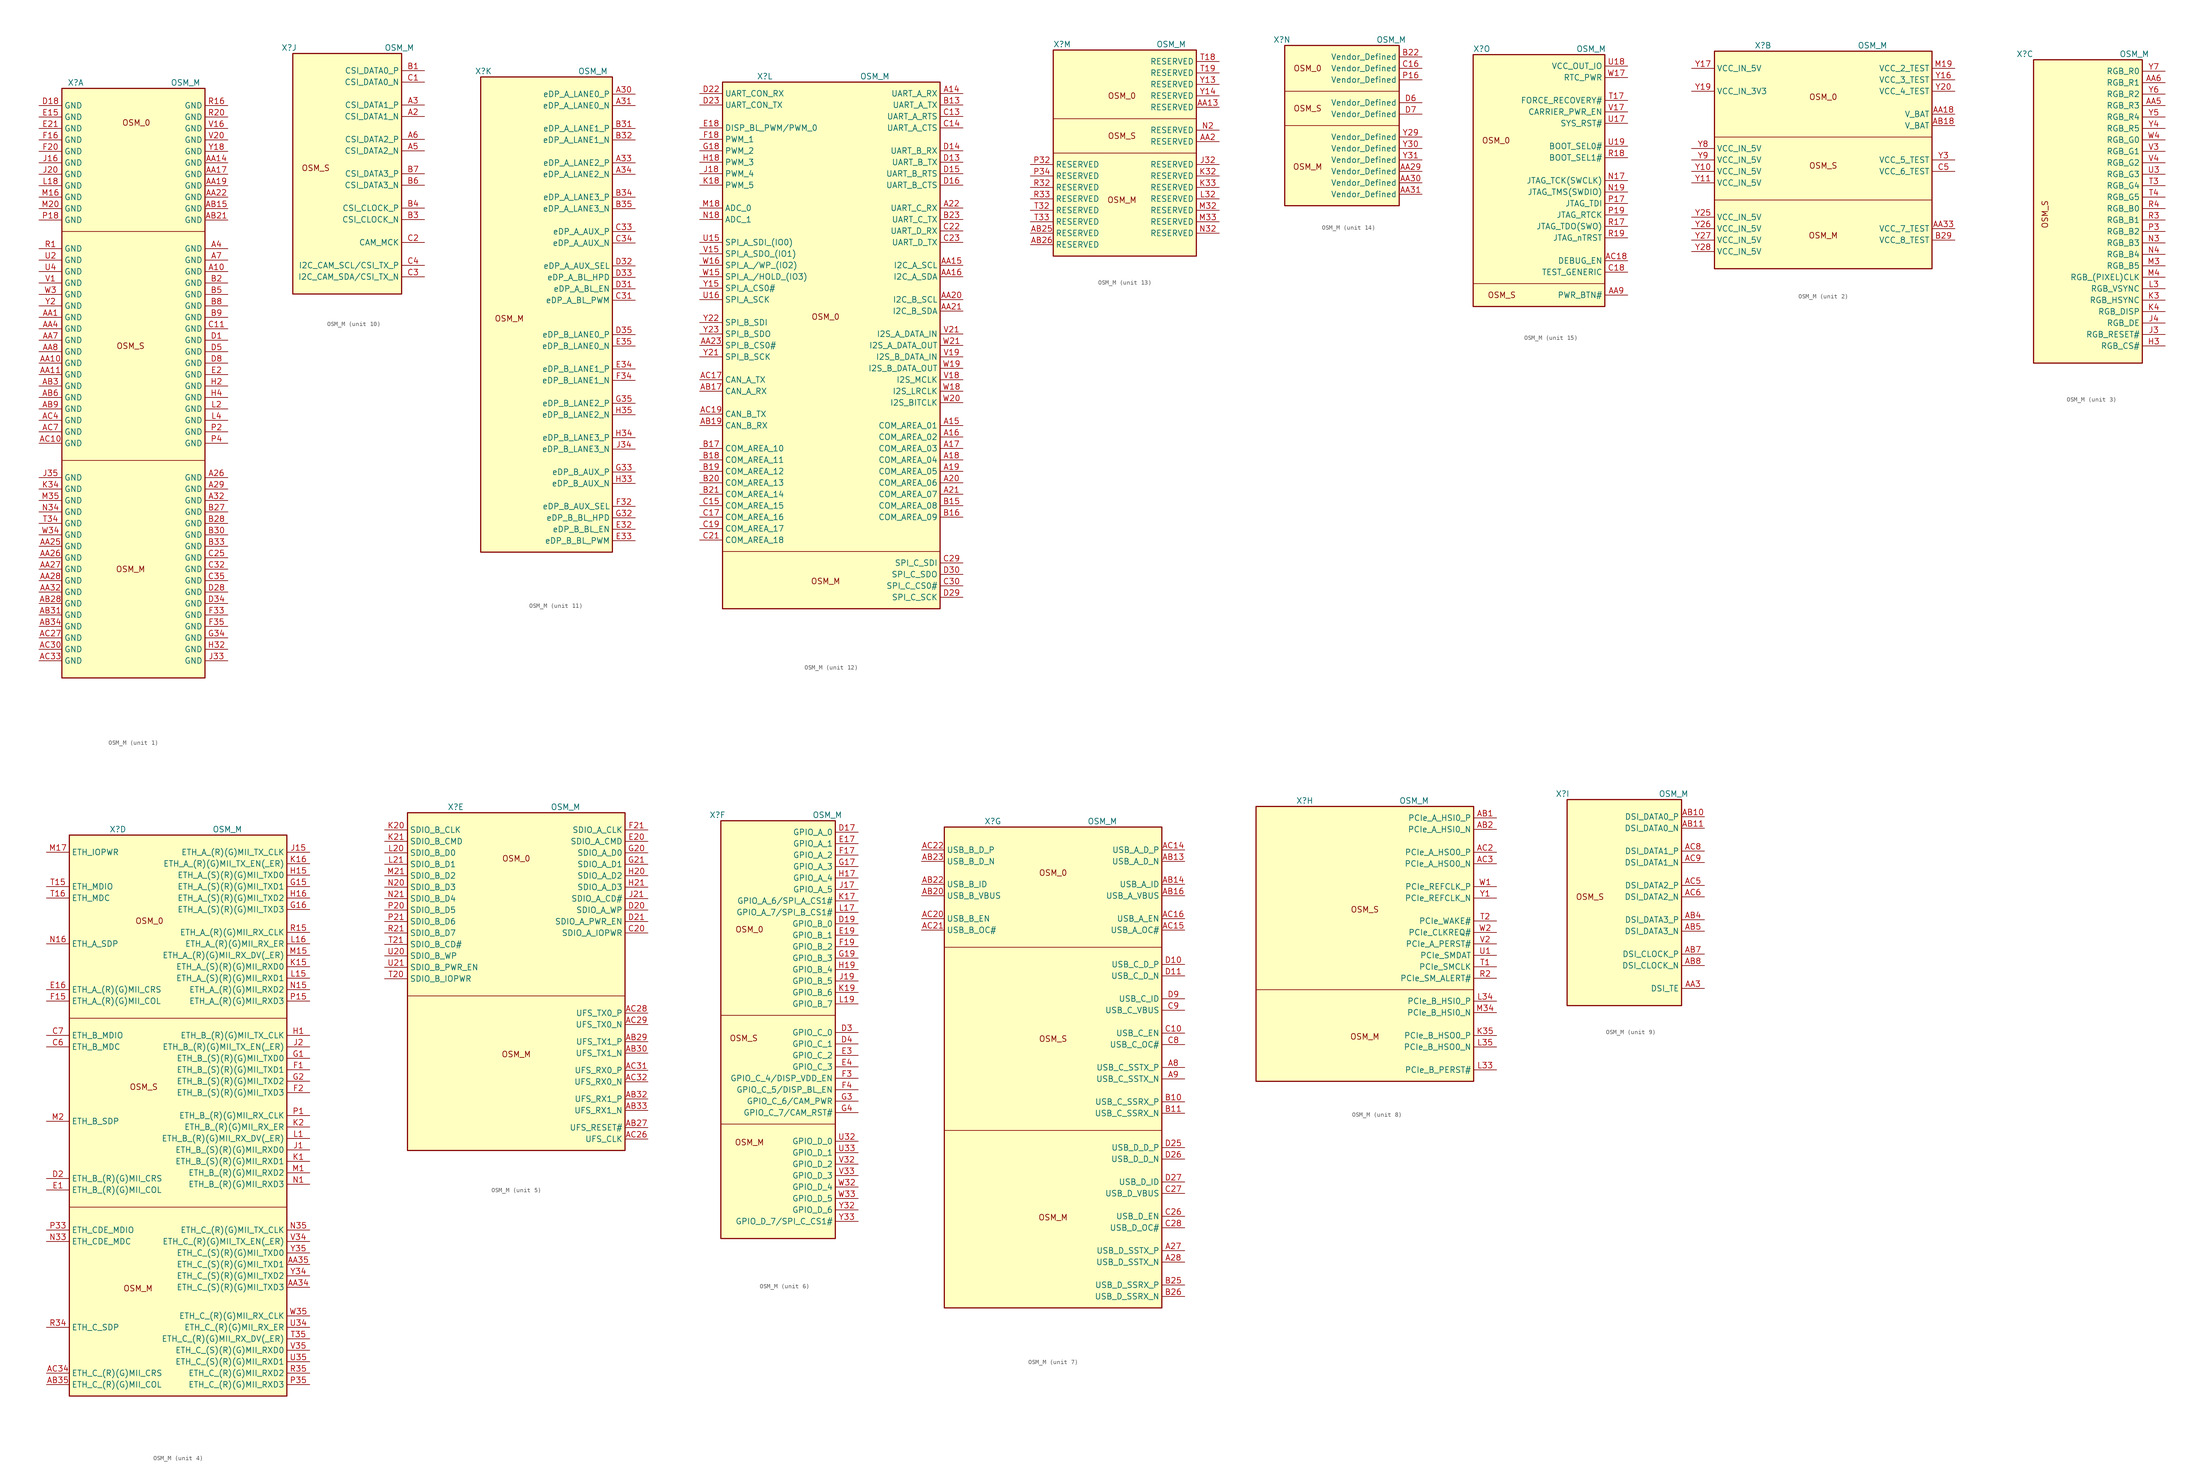
<source format=kicad_sym>
(kicad_symbol_lib
  (version 20220914)
  (generator kicad_symbol_editor)
  (symbol "OSM_M"
    (property "Reference" "X"
      (at -15.24 1.27 0)
      (effects (font (size 1.27 1.27)) (justify left)))
    (property "Value" "OSM_M"
      (at 7.62 1.27 0)
      (effects (font (size 1.27 1.27)) (justify left)))
    (property "ki_locked" ""
      (at 0 0 0)
      (effects (font (size 1.27 1.27))))
    (symbol "OSM_M_1_1"
      (rectangle (start -16.51 0) (end 15.24 -130.81) (stroke (width 0.254) (type solid)) (fill (type background)))
      (polyline (pts (xy -16.51 -82.55) (xy 15.24 -82.55)) (stroke (width 0) (type default)) (fill (type none)))
      (polyline (pts (xy -16.51 -31.75) (xy 15.24 -31.75)) (stroke (width 0) (type default)) (fill (type none)))
      (text "OSM_0\n" (at 0 -7.62 0) (effects (font (size 1.27 1.27))))
      (text "OSM_M\n" (at -1.27 -106.68 0) (effects (font (size 1.27 1.27))))
      (text "OSM_S\n" (at -1.27 -57.15 0) (effects (font (size 1.27 1.27))))
      (pin power_in line (at 20.32 -40.64 180) (length 5.08) (name "GND" (effects (font (size 1.27 1.27)))) (number "A10" (effects (font (size 1.27 1.27)))))
      (pin power_in line (at 20.32 -86.36 180) (length 5.08) (name "GND" (effects (font (size 1.27 1.27)))) (number "A26" (effects (font (size 1.27 1.27)))))
      (pin power_in line (at 20.32 -88.9 180) (length 5.08) (name "GND" (effects (font (size 1.27 1.27)))) (number "A29" (effects (font (size 1.27 1.27)))))
      (pin power_in line (at 20.32 -91.44 180) (length 5.08) (name "GND" (effects (font (size 1.27 1.27)))) (number "A32" (effects (font (size 1.27 1.27)))))
      (pin power_in line (at 20.32 -35.56 180) (length 5.08) (name "GND" (effects (font (size 1.27 1.27)))) (number "A4" (effects (font (size 1.27 1.27)))))
      (pin power_in line (at 20.32 -38.1 180) (length 5.08) (name "GND" (effects (font (size 1.27 1.27)))) (number "A7" (effects (font (size 1.27 1.27)))))
      (pin power_in line (at -21.59 -50.8 0) (length 5.08) (name "GND" (effects (font (size 1.27 1.27)))) (number "AA1" (effects (font (size 1.27 1.27)))))
      (pin power_in line (at -21.59 -60.96 0) (length 5.08) (name "GND" (effects (font (size 1.27 1.27)))) (number "AA10" (effects (font (size 1.27 1.27)))))
      (pin power_in line (at -21.59 -63.5 0) (length 5.08) (name "GND" (effects (font (size 1.27 1.27)))) (number "AA11" (effects (font (size 1.27 1.27)))))
      (pin power_in line (at 20.32 -16.51 180) (length 5.08) (name "GND" (effects (font (size 1.27 1.27)))) (number "AA14" (effects (font (size 1.27 1.27)))))
      (pin power_in line (at 20.32 -19.05 180) (length 5.08) (name "GND" (effects (font (size 1.27 1.27)))) (number "AA17" (effects (font (size 1.27 1.27)))))
      (pin power_in line (at 20.32 -21.59 180) (length 5.08) (name "GND" (effects (font (size 1.27 1.27)))) (number "AA19" (effects (font (size 1.27 1.27)))))
      (pin power_in line (at 20.32 -24.13 180) (length 5.08) (name "GND" (effects (font (size 1.27 1.27)))) (number "AA22" (effects (font (size 1.27 1.27)))))
      (pin power_in line (at -21.59 -101.6 0) (length 5.08) (name "GND" (effects (font (size 1.27 1.27)))) (number "AA25" (effects (font (size 1.27 1.27)))))
      (pin power_in line (at -21.59 -104.14 0) (length 5.08) (name "GND" (effects (font (size 1.27 1.27)))) (number "AA26" (effects (font (size 1.27 1.27)))))
      (pin power_in line (at -21.59 -106.68 0) (length 5.08) (name "GND" (effects (font (size 1.27 1.27)))) (number "AA27" (effects (font (size 1.27 1.27)))))
      (pin power_in line (at -21.59 -109.22 0) (length 5.08) (name "GND" (effects (font (size 1.27 1.27)))) (number "AA28" (effects (font (size 1.27 1.27)))))
      (pin power_in line (at -21.59 -111.76 0) (length 5.08) (name "GND" (effects (font (size 1.27 1.27)))) (number "AA32" (effects (font (size 1.27 1.27)))))
      (pin power_in line (at -21.59 -53.34 0) (length 5.08) (name "GND" (effects (font (size 1.27 1.27)))) (number "AA4" (effects (font (size 1.27 1.27)))))
      (pin power_in line (at -21.59 -55.88 0) (length 5.08) (name "GND" (effects (font (size 1.27 1.27)))) (number "AA7" (effects (font (size 1.27 1.27)))))
      (pin power_in line (at -21.59 -58.42 0) (length 5.08) (name "GND" (effects (font (size 1.27 1.27)))) (number "AA8" (effects (font (size 1.27 1.27)))))
      (pin power_in line (at 20.32 -26.67 180) (length 5.08) (name "GND" (effects (font (size 1.27 1.27)))) (number "AB15" (effects (font (size 1.27 1.27)))))
      (pin power_in line (at 20.32 -29.21 180) (length 5.08) (name "GND" (effects (font (size 1.27 1.27)))) (number "AB21" (effects (font (size 1.27 1.27)))))
      (pin power_in line (at -21.59 -114.3 0) (length 5.08) (name "GND" (effects (font (size 1.27 1.27)))) (number "AB28" (effects (font (size 1.27 1.27)))))
      (pin power_in line (at -21.59 -66.04 0) (length 5.08) (name "GND" (effects (font (size 1.27 1.27)))) (number "AB3" (effects (font (size 1.27 1.27)))))
      (pin power_in line (at -21.59 -116.84 0) (length 5.08) (name "GND" (effects (font (size 1.27 1.27)))) (number "AB31" (effects (font (size 1.27 1.27)))))
      (pin power_in line (at -21.59 -119.38 0) (length 5.08) (name "GND" (effects (font (size 1.27 1.27)))) (number "AB34" (effects (font (size 1.27 1.27)))))
      (pin power_in line (at -21.59 -68.58 0) (length 5.08) (name "GND" (effects (font (size 1.27 1.27)))) (number "AB6" (effects (font (size 1.27 1.27)))))
      (pin power_in line (at -21.59 -71.12 0) (length 5.08) (name "GND" (effects (font (size 1.27 1.27)))) (number "AB9" (effects (font (size 1.27 1.27)))))
      (pin power_in line (at -21.59 -78.74 0) (length 5.08) (name "GND" (effects (font (size 1.27 1.27)))) (number "AC10" (effects (font (size 1.27 1.27)))))
      (pin power_in line (at -21.59 -121.92 0) (length 5.08) (name "GND" (effects (font (size 1.27 1.27)))) (number "AC27" (effects (font (size 1.27 1.27)))))
      (pin power_in line (at -21.59 -124.46 0) (length 5.08) (name "GND" (effects (font (size 1.27 1.27)))) (number "AC30" (effects (font (size 1.27 1.27)))))
      (pin power_in line (at -21.59 -127 0) (length 5.08) (name "GND" (effects (font (size 1.27 1.27)))) (number "AC33" (effects (font (size 1.27 1.27)))))
      (pin power_in line (at -21.59 -73.66 0) (length 5.08) (name "GND" (effects (font (size 1.27 1.27)))) (number "AC4" (effects (font (size 1.27 1.27)))))
      (pin power_in line (at -21.59 -76.2 0) (length 5.08) (name "GND" (effects (font (size 1.27 1.27)))) (number "AC7" (effects (font (size 1.27 1.27)))))
      (pin power_in line (at 20.32 -43.18 180) (length 5.08) (name "GND" (effects (font (size 1.27 1.27)))) (number "B2" (effects (font (size 1.27 1.27)))))
      (pin power_in line (at 20.32 -93.98 180) (length 5.08) (name "GND" (effects (font (size 1.27 1.27)))) (number "B27" (effects (font (size 1.27 1.27)))))
      (pin power_in line (at 20.32 -96.52 180) (length 5.08) (name "GND" (effects (font (size 1.27 1.27)))) (number "B28" (effects (font (size 1.27 1.27)))))
      (pin power_in line (at 20.32 -99.06 180) (length 5.08) (name "GND" (effects (font (size 1.27 1.27)))) (number "B30" (effects (font (size 1.27 1.27)))))
      (pin power_in line (at 20.32 -101.6 180) (length 5.08) (name "GND" (effects (font (size 1.27 1.27)))) (number "B33" (effects (font (size 1.27 1.27)))))
      (pin power_in line (at 20.32 -45.72 180) (length 5.08) (name "GND" (effects (font (size 1.27 1.27)))) (number "B5" (effects (font (size 1.27 1.27)))))
      (pin power_in line (at 20.32 -48.26 180) (length 5.08) (name "GND" (effects (font (size 1.27 1.27)))) (number "B8" (effects (font (size 1.27 1.27)))))
      (pin power_in line (at 20.32 -50.8 180) (length 5.08) (name "GND" (effects (font (size 1.27 1.27)))) (number "B9" (effects (font (size 1.27 1.27)))))
      (pin power_in line (at 20.32 -53.34 180) (length 5.08) (name "GND" (effects (font (size 1.27 1.27)))) (number "C11" (effects (font (size 1.27 1.27)))))
      (pin power_in line (at 20.32 -104.14 180) (length 5.08) (name "GND" (effects (font (size 1.27 1.27)))) (number "C25" (effects (font (size 1.27 1.27)))))
      (pin power_in line (at 20.32 -106.68 180) (length 5.08) (name "GND" (effects (font (size 1.27 1.27)))) (number "C32" (effects (font (size 1.27 1.27)))))
      (pin power_in line (at 20.32 -109.22 180) (length 5.08) (name "GND" (effects (font (size 1.27 1.27)))) (number "C35" (effects (font (size 1.27 1.27)))))
      (pin power_in line (at 20.32 -55.88 180) (length 5.08) (name "GND" (effects (font (size 1.27 1.27)))) (number "D1" (effects (font (size 1.27 1.27)))))
      (pin power_in line (at -21.59 -3.81 0) (length 5.08) (name "GND" (effects (font (size 1.27 1.27)))) (number "D18" (effects (font (size 1.27 1.27)))))
      (pin power_in line (at 20.32 -111.76 180) (length 5.08) (name "GND" (effects (font (size 1.27 1.27)))) (number "D28" (effects (font (size 1.27 1.27)))))
      (pin power_in line (at 20.32 -114.3 180) (length 5.08) (name "GND" (effects (font (size 1.27 1.27)))) (number "D34" (effects (font (size 1.27 1.27)))))
      (pin power_in line (at 20.32 -58.42 180) (length 5.08) (name "GND" (effects (font (size 1.27 1.27)))) (number "D5" (effects (font (size 1.27 1.27)))))
      (pin power_in line (at 20.32 -60.96 180) (length 5.08) (name "GND" (effects (font (size 1.27 1.27)))) (number "D8" (effects (font (size 1.27 1.27)))))
      (pin power_in line (at -21.59 -6.35 0) (length 5.08) (name "GND" (effects (font (size 1.27 1.27)))) (number "E15" (effects (font (size 1.27 1.27)))))
      (pin power_in line (at 20.32 -63.5 180) (length 5.08) (name "GND" (effects (font (size 1.27 1.27)))) (number "E2" (effects (font (size 1.27 1.27)))))
      (pin power_in line (at -21.59 -8.89 0) (length 5.08) (name "GND" (effects (font (size 1.27 1.27)))) (number "E21" (effects (font (size 1.27 1.27)))))
      (pin power_in line (at -21.59 -11.43 0) (length 5.08) (name "GND" (effects (font (size 1.27 1.27)))) (number "F16" (effects (font (size 1.27 1.27)))))
      (pin power_in line (at -21.59 -13.97 0) (length 5.08) (name "GND" (effects (font (size 1.27 1.27)))) (number "F20" (effects (font (size 1.27 1.27)))))
      (pin power_in line (at 20.32 -116.84 180) (length 5.08) (name "GND" (effects (font (size 1.27 1.27)))) (number "F33" (effects (font (size 1.27 1.27)))))
      (pin power_in line (at 20.32 -119.38 180) (length 5.08) (name "GND" (effects (font (size 1.27 1.27)))) (number "F35" (effects (font (size 1.27 1.27)))))
      (pin power_in line (at 20.32 -121.92 180) (length 5.08) (name "GND" (effects (font (size 1.27 1.27)))) (number "G34" (effects (font (size 1.27 1.27)))))
      (pin power_in line (at 20.32 -66.04 180) (length 5.08) (name "GND" (effects (font (size 1.27 1.27)))) (number "H2" (effects (font (size 1.27 1.27)))))
      (pin power_in line (at 20.32 -124.46 180) (length 5.08) (name "GND" (effects (font (size 1.27 1.27)))) (number "H32" (effects (font (size 1.27 1.27)))))
      (pin power_in line (at 20.32 -68.58 180) (length 5.08) (name "GND" (effects (font (size 1.27 1.27)))) (number "H4" (effects (font (size 1.27 1.27)))))
      (pin power_in line (at -21.59 -16.51 0) (length 5.08) (name "GND" (effects (font (size 1.27 1.27)))) (number "J16" (effects (font (size 1.27 1.27)))))
      (pin power_in line (at -21.59 -19.05 0) (length 5.08) (name "GND" (effects (font (size 1.27 1.27)))) (number "J20" (effects (font (size 1.27 1.27)))))
      (pin power_in line (at 20.32 -127 180) (length 5.08) (name "GND" (effects (font (size 1.27 1.27)))) (number "J33" (effects (font (size 1.27 1.27)))))
      (pin power_in line (at -21.59 -86.36 0) (length 5.08) (name "GND" (effects (font (size 1.27 1.27)))) (number "J35" (effects (font (size 1.27 1.27)))))
      (pin power_in line (at -21.59 -88.9 0) (length 5.08) (name "GND" (effects (font (size 1.27 1.27)))) (number "K34" (effects (font (size 1.27 1.27)))))
      (pin power_in line (at -21.59 -21.59 0) (length 5.08) (name "GND" (effects (font (size 1.27 1.27)))) (number "L18" (effects (font (size 1.27 1.27)))))
      (pin power_in line (at 20.32 -71.12 180) (length 5.08) (name "GND" (effects (font (size 1.27 1.27)))) (number "L2" (effects (font (size 1.27 1.27)))))
      (pin power_in line (at 20.32 -73.66 180) (length 5.08) (name "GND" (effects (font (size 1.27 1.27)))) (number "L4" (effects (font (size 1.27 1.27)))))
      (pin power_in line (at -21.59 -24.13 0) (length 5.08) (name "GND" (effects (font (size 1.27 1.27)))) (number "M16" (effects (font (size 1.27 1.27)))))
      (pin power_in line (at -21.59 -26.67 0) (length 5.08) (name "GND" (effects (font (size 1.27 1.27)))) (number "M20" (effects (font (size 1.27 1.27)))))
      (pin power_in line (at -21.59 -91.44 0) (length 5.08) (name "GND" (effects (font (size 1.27 1.27)))) (number "M35" (effects (font (size 1.27 1.27)))))
      (pin power_in line (at -21.59 -93.98 0) (length 5.08) (name "GND" (effects (font (size 1.27 1.27)))) (number "N34" (effects (font (size 1.27 1.27)))))
      (pin power_in line (at -21.59 -29.21 0) (length 5.08) (name "GND" (effects (font (size 1.27 1.27)))) (number "P18" (effects (font (size 1.27 1.27)))))
      (pin power_in line (at 20.32 -76.2 180) (length 5.08) (name "GND" (effects (font (size 1.27 1.27)))) (number "P2" (effects (font (size 1.27 1.27)))))
      (pin power_in line (at 20.32 -78.74 180) (length 5.08) (name "GND" (effects (font (size 1.27 1.27)))) (number "P4" (effects (font (size 1.27 1.27)))))
      (pin power_in line (at -21.59 -35.56 0) (length 5.08) (name "GND" (effects (font (size 1.27 1.27)))) (number "R1" (effects (font (size 1.27 1.27)))))
      (pin power_in line (at 20.32 -3.81 180) (length 5.08) (name "GND" (effects (font (size 1.27 1.27)))) (number "R16" (effects (font (size 1.27 1.27)))))
      (pin power_in line (at 20.32 -6.35 180) (length 5.08) (name "GND" (effects (font (size 1.27 1.27)))) (number "R20" (effects (font (size 1.27 1.27)))))
      (pin power_in line (at -21.59 -96.52 0) (length 5.08) (name "GND" (effects (font (size 1.27 1.27)))) (number "T34" (effects (font (size 1.27 1.27)))))
      (pin power_in line (at -21.59 -38.1 0) (length 5.08) (name "GND" (effects (font (size 1.27 1.27)))) (number "U2" (effects (font (size 1.27 1.27)))))
      (pin power_in line (at -21.59 -40.64 0) (length 5.08) (name "GND" (effects (font (size 1.27 1.27)))) (number "U4" (effects (font (size 1.27 1.27)))))
      (pin power_in line (at -21.59 -43.18 0) (length 5.08) (name "GND" (effects (font (size 1.27 1.27)))) (number "V1" (effects (font (size 1.27 1.27)))))
      (pin power_in line (at 20.32 -8.89 180) (length 5.08) (name "GND" (effects (font (size 1.27 1.27)))) (number "V16" (effects (font (size 1.27 1.27)))))
      (pin power_in line (at 20.32 -11.43 180) (length 5.08) (name "GND" (effects (font (size 1.27 1.27)))) (number "V20" (effects (font (size 1.27 1.27)))))
      (pin power_in line (at -21.59 -45.72 0) (length 5.08) (name "GND" (effects (font (size 1.27 1.27)))) (number "W3" (effects (font (size 1.27 1.27)))))
      (pin power_in line (at -21.59 -99.06 0) (length 5.08) (name "GND" (effects (font (size 1.27 1.27)))) (number "W34" (effects (font (size 1.27 1.27)))))
      (pin power_in line (at 20.32 -13.97 180) (length 5.08) (name "GND" (effects (font (size 1.27 1.27)))) (number "Y18" (effects (font (size 1.27 1.27)))))
      (pin power_in line (at -21.59 -48.26 0) (length 5.08) (name "GND" (effects (font (size 1.27 1.27)))) (number "Y2" (effects (font (size 1.27 1.27))))))
    (symbol "OSM_M_2_1"
      (rectangle (start -24.13 0) (end 24.13 -48.26) (stroke (width 0.254) (type solid)) (fill (type background)))
      (polyline (pts (xy -24.13 -33.02) (xy 24.13 -33.02)) (stroke (width 0) (type default)) (fill (type none)))
      (polyline (pts (xy -24.13 -19.05) (xy 24.13 -19.05)) (stroke (width 0) (type default)) (fill (type none)))
      (text "OSM_0\n" (at 0 -10.16 0) (effects (font (size 1.27 1.27))))
      (text "OSM_M\n\n" (at 0 -41.91 0) (effects (font (size 1.27 1.27))))
      (text "OSM_S\n" (at 0 -25.4 0) (effects (font (size 1.27 1.27))))
      (pin power_in line (at 29.21 -13.97 180) (length 5.08) (name "V_BAT" (effects (font (size 1.27 1.27)))) (number "AA18" (effects (font (size 1.27 1.27)))))
      (pin power_in line (at 29.21 -39.37 180) (length 5.08) (name "VCC_7_TEST" (effects (font (size 1.27 1.27)))) (number "AA33" (effects (font (size 1.27 1.27)))))
      (pin power_in line (at 29.21 -16.51 180) (length 5.08) (name "V_BAT" (effects (font (size 1.27 1.27)))) (number "AB18" (effects (font (size 1.27 1.27)))))
      (pin power_in line (at 29.21 -41.91 180) (length 5.08) (name "VCC_8_TEST" (effects (font (size 1.27 1.27)))) (number "B29" (effects (font (size 1.27 1.27)))))
      (pin power_in line (at 29.21 -26.67 180) (length 5.08) (name "VCC_6_TEST" (effects (font (size 1.27 1.27)))) (number "C5" (effects (font (size 1.27 1.27)))))
      (pin power_out line (at 29.21 -3.81 180) (length 5.08) (name "VCC_2_TEST" (effects (font (size 1.27 1.27)))) (number "M19" (effects (font (size 1.27 1.27)))))
      (pin power_in line (at -29.21 -26.67 0) (length 5.08) (name "VCC_IN_5V" (effects (font (size 1.27 1.27)))) (number "Y10" (effects (font (size 1.27 1.27)))))
      (pin power_in line (at -29.21 -29.21 0) (length 5.08) (name "VCC_IN_5V" (effects (font (size 1.27 1.27)))) (number "Y11" (effects (font (size 1.27 1.27)))))
      (pin power_out line (at 29.21 -6.35 180) (length 5.08) (name "VCC_3_TEST" (effects (font (size 1.27 1.27)))) (number "Y16" (effects (font (size 1.27 1.27)))))
      (pin power_in line (at -29.21 -3.81 0) (length 5.08) (name "VCC_IN_5V" (effects (font (size 1.27 1.27)))) (number "Y17" (effects (font (size 1.27 1.27)))))
      (pin power_in line (at -29.21 -8.89 0) (length 5.08) (name "VCC_IN_3V3" (effects (font (size 1.27 1.27)))) (number "Y19" (effects (font (size 1.27 1.27)))))
      (pin power_out line (at 29.21 -8.89 180) (length 5.08) (name "VCC_4_TEST" (effects (font (size 1.27 1.27)))) (number "Y20" (effects (font (size 1.27 1.27)))))
      (pin power_in line (at -29.21 -36.83 0) (length 5.08) (name "VCC_IN_5V" (effects (font (size 1.27 1.27)))) (number "Y25" (effects (font (size 1.27 1.27)))))
      (pin power_in line (at -29.21 -39.37 0) (length 5.08) (name "VCC_IN_5V" (effects (font (size 1.27 1.27)))) (number "Y26" (effects (font (size 1.27 1.27)))))
      (pin power_in line (at -29.21 -41.91 0) (length 5.08) (name "VCC_IN_5V" (effects (font (size 1.27 1.27)))) (number "Y27" (effects (font (size 1.27 1.27)))))
      (pin power_in line (at -29.21 -44.45 0) (length 5.08) (name "VCC_IN_5V" (effects (font (size 1.27 1.27)))) (number "Y28" (effects (font (size 1.27 1.27)))))
      (pin power_in line (at 29.21 -24.13 180) (length 5.08) (name "VCC_5_TEST" (effects (font (size 1.27 1.27)))) (number "Y3" (effects (font (size 1.27 1.27)))))
      (pin power_in line (at -29.21 -21.59 0) (length 5.08) (name "VCC_IN_5V" (effects (font (size 1.27 1.27)))) (number "Y8" (effects (font (size 1.27 1.27)))))
      (pin power_in line (at -29.21 -24.13 0) (length 5.08) (name "VCC_IN_5V" (effects (font (size 1.27 1.27)))) (number "Y9" (effects (font (size 1.27 1.27))))))
    (symbol "OSM_M_3_1"
      (rectangle (start -11.43 0) (end 12.7 -67.31) (stroke (width 0.254) (type solid)) (fill (type background)))
      (text "OSM_S\n" (at -8.89 -34.29 900) (effects (font (size 1.27 1.27))))
      (pin bidirectional line (at 17.78 -10.16 180) (length 5.08) (name "RGB_R3" (effects (font (size 1.27 1.27)))) (number "AA5" (effects (font (size 1.27 1.27)))))
      (pin bidirectional line (at 17.78 -5.08 180) (length 5.08) (name "RGB_R1" (effects (font (size 1.27 1.27)))) (number "AA6" (effects (font (size 1.27 1.27)))))
      (pin bidirectional line (at 17.78 -63.5 180) (length 5.08) (name "RGB_CS#" (effects (font (size 1.27 1.27)))) (number "H3" (effects (font (size 1.27 1.27)))))
      (pin bidirectional line (at 17.78 -60.96 180) (length 5.08) (name "RGB_RESET#" (effects (font (size 1.27 1.27)))) (number "J3" (effects (font (size 1.27 1.27)))))
      (pin bidirectional line (at 17.78 -58.42 180) (length 5.08) (name "RGB_DE" (effects (font (size 1.27 1.27)))) (number "J4" (effects (font (size 1.27 1.27)))))
      (pin bidirectional line (at 17.78 -53.34 180) (length 5.08) (name "RGB_HSYNC" (effects (font (size 1.27 1.27)))) (number "K3" (effects (font (size 1.27 1.27)))))
      (pin bidirectional line (at 17.78 -55.88 180) (length 5.08) (name "RGB_DISP" (effects (font (size 1.27 1.27)))) (number "K4" (effects (font (size 1.27 1.27)))))
      (pin bidirectional line (at 17.78 -50.8 180) (length 5.08) (name "RGB_VSYNC" (effects (font (size 1.27 1.27)))) (number "L3" (effects (font (size 1.27 1.27)))))
      (pin bidirectional line (at 17.78 -45.72 180) (length 5.08) (name "RGB_B5" (effects (font (size 1.27 1.27)))) (number "M3" (effects (font (size 1.27 1.27)))))
      (pin bidirectional line (at 17.78 -48.26 180) (length 5.08) (name "RGB_(PIXEL)CLK" (effects (font (size 1.27 1.27)))) (number "M4" (effects (font (size 1.27 1.27)))))
      (pin bidirectional line (at 17.78 -40.64 180) (length 5.08) (name "RGB_B3" (effects (font (size 1.27 1.27)))) (number "N3" (effects (font (size 1.27 1.27)))))
      (pin bidirectional line (at 17.78 -43.18 180) (length 5.08) (name "RGB_B4" (effects (font (size 1.27 1.27)))) (number "N4" (effects (font (size 1.27 1.27)))))
      (pin bidirectional line (at 17.78 -38.1 180) (length 5.08) (name "RGB_B2" (effects (font (size 1.27 1.27)))) (number "P3" (effects (font (size 1.27 1.27)))))
      (pin bidirectional line (at 17.78 -35.56 180) (length 5.08) (name "RGB_B1" (effects (font (size 1.27 1.27)))) (number "R3" (effects (font (size 1.27 1.27)))))
      (pin bidirectional line (at 17.78 -33.02 180) (length 5.08) (name "RGB_B0" (effects (font (size 1.27 1.27)))) (number "R4" (effects (font (size 1.27 1.27)))))
      (pin bidirectional line (at 17.78 -27.94 180) (length 5.08) (name "RGB_G4" (effects (font (size 1.27 1.27)))) (number "T3" (effects (font (size 1.27 1.27)))))
      (pin bidirectional line (at 17.78 -30.48 180) (length 5.08) (name "RGB_G5" (effects (font (size 1.27 1.27)))) (number "T4" (effects (font (size 1.27 1.27)))))
      (pin bidirectional line (at 17.78 -25.4 180) (length 5.08) (name "RGB_G3" (effects (font (size 1.27 1.27)))) (number "U3" (effects (font (size 1.27 1.27)))))
      (pin bidirectional line (at 17.78 -20.32 180) (length 5.08) (name "RGB_G1" (effects (font (size 1.27 1.27)))) (number "V3" (effects (font (size 1.27 1.27)))))
      (pin bidirectional line (at 17.78 -22.86 180) (length 5.08) (name "RGB_G2" (effects (font (size 1.27 1.27)))) (number "V4" (effects (font (size 1.27 1.27)))))
      (pin bidirectional line (at 17.78 -17.78 180) (length 5.08) (name "RGB_G0" (effects (font (size 1.27 1.27)))) (number "W4" (effects (font (size 1.27 1.27)))))
      (pin bidirectional line (at 17.78 -15.24 180) (length 5.08) (name "RGB_R5" (effects (font (size 1.27 1.27)))) (number "Y4" (effects (font (size 1.27 1.27)))))
      (pin bidirectional line (at 17.78 -12.7 180) (length 5.08) (name "RGB_R4" (effects (font (size 1.27 1.27)))) (number "Y5" (effects (font (size 1.27 1.27)))))
      (pin bidirectional line (at 17.78 -7.62 180) (length 5.08) (name "RGB_R2" (effects (font (size 1.27 1.27)))) (number "Y6" (effects (font (size 1.27 1.27)))))
      (pin bidirectional line (at 17.78 -2.54 180) (length 5.08) (name "RGB_R0" (effects (font (size 1.27 1.27)))) (number "Y7" (effects (font (size 1.27 1.27))))))
    (symbol "OSM_M_4_1"
      (rectangle (start -24.13 0) (end 24.13 -124.46) (stroke (width 0.254) (type solid)) (fill (type background)))
      (polyline (pts (xy -24.13 -82.55) (xy 24.13 -82.55)) (stroke (width 0) (type default)) (fill (type none)))
      (polyline (pts (xy -24.13 -40.64) (xy 24.13 -40.64)) (stroke (width 0) (type default)) (fill (type none)))
      (text "OSM_0\n" (at -6.35 -19.05 0) (effects (font (size 1.27 1.27))))
      (text "OSM_M\n\n" (at -8.89 -101.6 0) (effects (font (size 1.27 1.27))))
      (text "OSM_S\n" (at -7.62 -55.88 0) (effects (font (size 1.27 1.27))))
      (pin bidirectional line (at 29.21 -100.33 180) (length 5.08) (name "ETH_C_(S)(R)(G)MII_TXD3" (effects (font (size 1.27 1.27)))) (number "AA34" (effects (font (size 1.27 1.27)))))
      (pin bidirectional line (at 29.21 -95.25 180) (length 5.08) (name "ETH_C_(S)(R)(G)MII_TXD1" (effects (font (size 1.27 1.27)))) (number "AA35" (effects (font (size 1.27 1.27)))))
      (pin bidirectional line (at -29.21 -121.92 0) (length 5.08) (name "ETH_C_(R)(G)MII_COL" (effects (font (size 1.27 1.27)))) (number "AB35" (effects (font (size 1.27 1.27)))))
      (pin bidirectional line (at -29.21 -119.38 0) (length 5.08) (name "ETH_C_(R)(G)MII_CRS" (effects (font (size 1.27 1.27)))) (number "AC34" (effects (font (size 1.27 1.27)))))
      (pin bidirectional line (at -29.21 -46.99 0) (length 5.08) (name "ETH_B_MDC" (effects (font (size 1.27 1.27)))) (number "C6" (effects (font (size 1.27 1.27)))))
      (pin bidirectional line (at -29.21 -44.45 0) (length 5.08) (name "ETH_B_MDIO" (effects (font (size 1.27 1.27)))) (number "C7" (effects (font (size 1.27 1.27)))))
      (pin bidirectional line (at -29.21 -76.2 0) (length 5.08) (name "ETH_B_(R)(G)MII_CRS" (effects (font (size 1.27 1.27)))) (number "D2" (effects (font (size 1.27 1.27)))))
      (pin bidirectional line (at -29.21 -78.74 0) (length 5.08) (name "ETH_B_(R)(G)MII_COL" (effects (font (size 1.27 1.27)))) (number "E1" (effects (font (size 1.27 1.27)))))
      (pin bidirectional line (at -29.21 -34.29 0) (length 5.08) (name "ETH_A_(R)(G)MII_CRS" (effects (font (size 1.27 1.27)))) (number "E16" (effects (font (size 1.27 1.27)))))
      (pin bidirectional line (at 29.21 -52.07 180) (length 5.08) (name "ETH_B_(S)(R)(G)MII_TXD1" (effects (font (size 1.27 1.27)))) (number "F1" (effects (font (size 1.27 1.27)))))
      (pin bidirectional line (at -29.21 -36.83 0) (length 5.08) (name "ETH_A_(R)(G)MII_COL" (effects (font (size 1.27 1.27)))) (number "F15" (effects (font (size 1.27 1.27)))))
      (pin bidirectional line (at 29.21 -57.15 180) (length 5.08) (name "ETH_B_(S)(R)(G)MII_TXD3" (effects (font (size 1.27 1.27)))) (number "F2" (effects (font (size 1.27 1.27)))))
      (pin bidirectional line (at 29.21 -49.53 180) (length 5.08) (name "ETH_B_(S)(R)(G)MII_TXD0" (effects (font (size 1.27 1.27)))) (number "G1" (effects (font (size 1.27 1.27)))))
      (pin bidirectional line (at 29.21 -11.43 180) (length 5.08) (name "ETH_A_(S)(R)(G)MII_TXD1" (effects (font (size 1.27 1.27)))) (number "G15" (effects (font (size 1.27 1.27)))))
      (pin bidirectional line (at 29.21 -16.51 180) (length 5.08) (name "ETH_A_(S)(R)(G)MII_TXD3" (effects (font (size 1.27 1.27)))) (number "G16" (effects (font (size 1.27 1.27)))))
      (pin bidirectional line (at 29.21 -54.61 180) (length 5.08) (name "ETH_B_(S)(R)(G)MII_TXD2" (effects (font (size 1.27 1.27)))) (number "G2" (effects (font (size 1.27 1.27)))))
      (pin bidirectional line (at 29.21 -44.45 180) (length 5.08) (name "ETH_B_(R)(G)MII_TX_CLK" (effects (font (size 1.27 1.27)))) (number "H1" (effects (font (size 1.27 1.27)))))
      (pin bidirectional line (at 29.21 -8.89 180) (length 5.08) (name "ETH_A_(S)(R)(G)MII_TXD0" (effects (font (size 1.27 1.27)))) (number "H15" (effects (font (size 1.27 1.27)))))
      (pin bidirectional line (at 29.21 -13.97 180) (length 5.08) (name "ETH_A_(S)(R)(G)MII_TXD2" (effects (font (size 1.27 1.27)))) (number "H16" (effects (font (size 1.27 1.27)))))
      (pin bidirectional line (at 29.21 -69.85 180) (length 5.08) (name "ETH_B_(S)(R)(G)MII_RXD0" (effects (font (size 1.27 1.27)))) (number "J1" (effects (font (size 1.27 1.27)))))
      (pin bidirectional line (at 29.21 -3.81 180) (length 5.08) (name "ETH_A_(R)(G)MII_TX_CLK" (effects (font (size 1.27 1.27)))) (number "J15" (effects (font (size 1.27 1.27)))))
      (pin bidirectional line (at 29.21 -46.99 180) (length 5.08) (name "ETH_B_(R)(G)MII_TX_EN(_ER)" (effects (font (size 1.27 1.27)))) (number "J2" (effects (font (size 1.27 1.27)))))
      (pin bidirectional line (at 29.21 -72.39 180) (length 5.08) (name "ETH_B_(S)(R)(G)MII_RXD1" (effects (font (size 1.27 1.27)))) (number "K1" (effects (font (size 1.27 1.27)))))
      (pin bidirectional line (at 29.21 -29.21 180) (length 5.08) (name "ETH_A_(S)(R)(G)MII_RXD0" (effects (font (size 1.27 1.27)))) (number "K15" (effects (font (size 1.27 1.27)))))
      (pin bidirectional line (at 29.21 -6.35 180) (length 5.08) (name "ETH_A_(R)(G)MII_TX_EN(_ER)" (effects (font (size 1.27 1.27)))) (number "K16" (effects (font (size 1.27 1.27)))))
      (pin bidirectional line (at 29.21 -64.77 180) (length 5.08) (name "ETH_B_(R)(G)MII_RX_ER" (effects (font (size 1.27 1.27)))) (number "K2" (effects (font (size 1.27 1.27)))))
      (pin bidirectional line (at 29.21 -67.31 180) (length 5.08) (name "ETH_B_(R)(G)MII_RX_DV(_ER)" (effects (font (size 1.27 1.27)))) (number "L1" (effects (font (size 1.27 1.27)))))
      (pin bidirectional line (at 29.21 -31.75 180) (length 5.08) (name "ETH_A_(S)(R)(G)MII_RXD1" (effects (font (size 1.27 1.27)))) (number "L15" (effects (font (size 1.27 1.27)))))
      (pin bidirectional line (at 29.21 -24.13 180) (length 5.08) (name "ETH_A_(R)(G)MII_RX_ER" (effects (font (size 1.27 1.27)))) (number "L16" (effects (font (size 1.27 1.27)))))
      (pin bidirectional line (at 29.21 -74.93 180) (length 5.08) (name "ETH_B_(R)(G)MII_RXD2" (effects (font (size 1.27 1.27)))) (number "M1" (effects (font (size 1.27 1.27)))))
      (pin bidirectional line (at 29.21 -26.67 180) (length 5.08) (name "ETH_A_(R)(G)MII_RX_DV(_ER)" (effects (font (size 1.27 1.27)))) (number "M15" (effects (font (size 1.27 1.27)))))
      (pin power_out line (at -29.21 -3.81 0) (length 5.08) (name "ETH_IOPWR" (effects (font (size 1.27 1.27)))) (number "M17" (effects (font (size 1.27 1.27)))))
      (pin bidirectional line (at -29.21 -63.5 0) (length 5.08) (name "ETH_B_SDP" (effects (font (size 1.27 1.27)))) (number "M2" (effects (font (size 1.27 1.27)))))
      (pin bidirectional line (at 29.21 -77.47 180) (length 5.08) (name "ETH_B_(R)(G)MII_RXD3" (effects (font (size 1.27 1.27)))) (number "N1" (effects (font (size 1.27 1.27)))))
      (pin bidirectional line (at 29.21 -34.29 180) (length 5.08) (name "ETH_A_(R)(G)MII_RXD2" (effects (font (size 1.27 1.27)))) (number "N15" (effects (font (size 1.27 1.27)))))
      (pin bidirectional line (at -29.21 -24.13 0) (length 5.08) (name "ETH_A_SDP" (effects (font (size 1.27 1.27)))) (number "N16" (effects (font (size 1.27 1.27)))))
      (pin bidirectional line (at -29.21 -90.17 0) (length 5.08) (name "ETH_CDE_MDC" (effects (font (size 1.27 1.27)))) (number "N33" (effects (font (size 1.27 1.27)))))
      (pin bidirectional line (at 29.21 -87.63 180) (length 5.08) (name "ETH_C_(R)(G)MII_TX_CLK" (effects (font (size 1.27 1.27)))) (number "N35" (effects (font (size 1.27 1.27)))))
      (pin bidirectional line (at 29.21 -62.23 180) (length 5.08) (name "ETH_B_(R)(G)MII_RX_CLK" (effects (font (size 1.27 1.27)))) (number "P1" (effects (font (size 1.27 1.27)))))
      (pin bidirectional line (at 29.21 -36.83 180) (length 5.08) (name "ETH_A_(R)(G)MII_RXD3" (effects (font (size 1.27 1.27)))) (number "P15" (effects (font (size 1.27 1.27)))))
      (pin bidirectional line (at -29.21 -87.63 0) (length 5.08) (name "ETH_CDE_MDIO" (effects (font (size 1.27 1.27)))) (number "P33" (effects (font (size 1.27 1.27)))))
      (pin bidirectional line (at 29.21 -121.92 180) (length 5.08) (name "ETH_C_(R)(G)MII_RXD3" (effects (font (size 1.27 1.27)))) (number "P35" (effects (font (size 1.27 1.27)))))
      (pin bidirectional line (at 29.21 -21.59 180) (length 5.08) (name "ETH_A_(R)(G)MII_RX_CLK" (effects (font (size 1.27 1.27)))) (number "R15" (effects (font (size 1.27 1.27)))))
      (pin bidirectional line (at -29.21 -109.22 0) (length 5.08) (name "ETH_C_SDP" (effects (font (size 1.27 1.27)))) (number "R34" (effects (font (size 1.27 1.27)))))
      (pin bidirectional line (at 29.21 -119.38 180) (length 5.08) (name "ETH_C_(R)(G)MII_RXD2" (effects (font (size 1.27 1.27)))) (number "R35" (effects (font (size 1.27 1.27)))))
      (pin bidirectional line (at -29.21 -11.43 0) (length 5.08) (name "ETH_MDIO" (effects (font (size 1.27 1.27)))) (number "T15" (effects (font (size 1.27 1.27)))))
      (pin bidirectional line (at -29.21 -13.97 0) (length 5.08) (name "ETH_MDC" (effects (font (size 1.27 1.27)))) (number "T16" (effects (font (size 1.27 1.27)))))
      (pin bidirectional line (at 29.21 -111.76 180) (length 5.08) (name "ETH_C_(R)(G)MII_RX_DV(_ER)" (effects (font (size 1.27 1.27)))) (number "T35" (effects (font (size 1.27 1.27)))))
      (pin bidirectional line (at 29.21 -109.22 180) (length 5.08) (name "ETH_C_(R)(G)MII_RX_ER" (effects (font (size 1.27 1.27)))) (number "U34" (effects (font (size 1.27 1.27)))))
      (pin bidirectional line (at 29.21 -116.84 180) (length 5.08) (name "ETH_C_(S)(R)(G)MII_RXD1" (effects (font (size 1.27 1.27)))) (number "U35" (effects (font (size 1.27 1.27)))))
      (pin bidirectional line (at 29.21 -90.17 180) (length 5.08) (name "ETH_C_(R)(G)MII_TX_EN(_ER)" (effects (font (size 1.27 1.27)))) (number "V34" (effects (font (size 1.27 1.27)))))
      (pin bidirectional line (at 29.21 -114.3 180) (length 5.08) (name "ETH_C_(S)(R)(G)MII_RXD0" (effects (font (size 1.27 1.27)))) (number "V35" (effects (font (size 1.27 1.27)))))
      (pin bidirectional line (at 29.21 -106.68 180) (length 5.08) (name "ETH_C_(R)(G)MII_RX_CLK" (effects (font (size 1.27 1.27)))) (number "W35" (effects (font (size 1.27 1.27)))))
      (pin bidirectional line (at 29.21 -97.79 180) (length 5.08) (name "ETH_C_(S)(R)(G)MII_TXD2" (effects (font (size 1.27 1.27)))) (number "Y34" (effects (font (size 1.27 1.27)))))
      (pin bidirectional line (at 29.21 -92.71 180) (length 5.08) (name "ETH_C_(S)(R)(G)MII_TXD0" (effects (font (size 1.27 1.27)))) (number "Y35" (effects (font (size 1.27 1.27))))))
    (symbol "OSM_M_5_1"
      (rectangle (start -24.13 0) (end 24.13 -74.93) (stroke (width 0.254) (type solid)) (fill (type background)))
      (polyline (pts (xy -24.13 -40.64) (xy 24.13 -40.64)) (stroke (width 0) (type default)) (fill (type none)))
      (text "OSM_0\n" (at 0 -10.16 0) (effects (font (size 1.27 1.27))))
      (text "OSM_M\n\n" (at 0 -54.61 0) (effects (font (size 1.27 1.27))))
      (pin output line (at 29.21 -69.85 180) (length 5.08) (name "UFS_RESET#" (effects (font (size 1.27 1.27)))) (number "AB27" (effects (font (size 1.27 1.27)))))
      (pin output line (at 29.21 -50.8 180) (length 5.08) (name "UFS_TX1_P" (effects (font (size 1.27 1.27)))) (number "AB29" (effects (font (size 1.27 1.27)))))
      (pin output line (at 29.21 -53.34 180) (length 5.08) (name "UFS_TX1_N" (effects (font (size 1.27 1.27)))) (number "AB30" (effects (font (size 1.27 1.27)))))
      (pin input line (at 29.21 -63.5 180) (length 5.08) (name "UFS_RX1_P" (effects (font (size 1.27 1.27)))) (number "AB32" (effects (font (size 1.27 1.27)))))
      (pin input line (at 29.21 -66.04 180) (length 5.08) (name "UFS_RX1_N" (effects (font (size 1.27 1.27)))) (number "AB33" (effects (font (size 1.27 1.27)))))
      (pin bidirectional line (at 29.21 -72.39 180) (length 5.08) (name "UFS_CLK" (effects (font (size 1.27 1.27)))) (number "AC26" (effects (font (size 1.27 1.27)))))
      (pin output line (at 29.21 -44.45 180) (length 5.08) (name "UFS_TX0_P" (effects (font (size 1.27 1.27)))) (number "AC28" (effects (font (size 1.27 1.27)))))
      (pin output line (at 29.21 -46.99 180) (length 5.08) (name "UFS_TX0_N" (effects (font (size 1.27 1.27)))) (number "AC29" (effects (font (size 1.27 1.27)))))
      (pin input line (at 29.21 -57.15 180) (length 5.08) (name "UFS_RX0_P" (effects (font (size 1.27 1.27)))) (number "AC31" (effects (font (size 1.27 1.27)))))
      (pin input line (at 29.21 -59.69 180) (length 5.08) (name "UFS_RX0_N" (effects (font (size 1.27 1.27)))) (number "AC32" (effects (font (size 1.27 1.27)))))
      (pin power_out line (at 29.21 -26.67 180) (length 5.08) (name "SDIO_A_IOPWR" (effects (font (size 1.27 1.27)))) (number "C20" (effects (font (size 1.27 1.27)))))
      (pin bidirectional line (at 29.21 -21.59 180) (length 5.08) (name "SDIO_A_WP" (effects (font (size 1.27 1.27)))) (number "D20" (effects (font (size 1.27 1.27)))))
      (pin bidirectional line (at 29.21 -24.13 180) (length 5.08) (name "SDIO_A_PWR_EN" (effects (font (size 1.27 1.27)))) (number "D21" (effects (font (size 1.27 1.27)))))
      (pin bidirectional line (at 29.21 -6.35 180) (length 5.08) (name "SDIO_A_CMD" (effects (font (size 1.27 1.27)))) (number "E20" (effects (font (size 1.27 1.27)))))
      (pin bidirectional line (at 29.21 -3.81 180) (length 5.08) (name "SDIO_A_CLK" (effects (font (size 1.27 1.27)))) (number "F21" (effects (font (size 1.27 1.27)))))
      (pin bidirectional line (at 29.21 -8.89 180) (length 5.08) (name "SDIO_A_D0" (effects (font (size 1.27 1.27)))) (number "G20" (effects (font (size 1.27 1.27)))))
      (pin bidirectional line (at 29.21 -11.43 180) (length 5.08) (name "SDIO_A_D1" (effects (font (size 1.27 1.27)))) (number "G21" (effects (font (size 1.27 1.27)))))
      (pin bidirectional line (at 29.21 -13.97 180) (length 5.08) (name "SDIO_A_D2" (effects (font (size 1.27 1.27)))) (number "H20" (effects (font (size 1.27 1.27)))))
      (pin bidirectional line (at 29.21 -16.51 180) (length 5.08) (name "SDIO_A_D3" (effects (font (size 1.27 1.27)))) (number "H21" (effects (font (size 1.27 1.27)))))
      (pin bidirectional line (at 29.21 -19.05 180) (length 5.08) (name "SDIO_A_CD#" (effects (font (size 1.27 1.27)))) (number "J21" (effects (font (size 1.27 1.27)))))
      (pin bidirectional line (at -29.21 -3.81 0) (length 5.08) (name "SDIO_B_CLK" (effects (font (size 1.27 1.27)))) (number "K20" (effects (font (size 1.27 1.27)))))
      (pin bidirectional line (at -29.21 -6.35 0) (length 5.08) (name "SDIO_B_CMD" (effects (font (size 1.27 1.27)))) (number "K21" (effects (font (size 1.27 1.27)))))
      (pin bidirectional line (at -29.21 -8.89 0) (length 5.08) (name "SDIO_B_D0" (effects (font (size 1.27 1.27)))) (number "L20" (effects (font (size 1.27 1.27)))))
      (pin bidirectional line (at -29.21 -11.43 0) (length 5.08) (name "SDIO_B_D1" (effects (font (size 1.27 1.27)))) (number "L21" (effects (font (size 1.27 1.27)))))
      (pin bidirectional line (at -29.21 -13.97 0) (length 5.08) (name "SDIO_B_D2" (effects (font (size 1.27 1.27)))) (number "M21" (effects (font (size 1.27 1.27)))))
      (pin bidirectional line (at -29.21 -16.51 0) (length 5.08) (name "SDIO_B_D3" (effects (font (size 1.27 1.27)))) (number "N20" (effects (font (size 1.27 1.27)))))
      (pin bidirectional line (at -29.21 -19.05 0) (length 5.08) (name "SDIO_B_D4" (effects (font (size 1.27 1.27)))) (number "N21" (effects (font (size 1.27 1.27)))))
      (pin bidirectional line (at -29.21 -21.59 0) (length 5.08) (name "SDIO_B_D5" (effects (font (size 1.27 1.27)))) (number "P20" (effects (font (size 1.27 1.27)))))
      (pin bidirectional line (at -29.21 -24.13 0) (length 5.08) (name "SDIO_B_D6" (effects (font (size 1.27 1.27)))) (number "P21" (effects (font (size 1.27 1.27)))))
      (pin bidirectional line (at -29.21 -26.67 0) (length 5.08) (name "SDIO_B_D7" (effects (font (size 1.27 1.27)))) (number "R21" (effects (font (size 1.27 1.27)))))
      (pin power_out line (at -29.21 -36.83 0) (length 5.08) (name "SDIO_B_IOPWR" (effects (font (size 1.27 1.27)))) (number "T20" (effects (font (size 1.27 1.27)))))
      (pin bidirectional line (at -29.21 -29.21 0) (length 5.08) (name "SDIO_B_CD#" (effects (font (size 1.27 1.27)))) (number "T21" (effects (font (size 1.27 1.27)))))
      (pin bidirectional line (at -29.21 -31.75 0) (length 5.08) (name "SDIO_B_WP" (effects (font (size 1.27 1.27)))) (number "U20" (effects (font (size 1.27 1.27)))))
      (pin bidirectional line (at -29.21 -34.29 0) (length 5.08) (name "SDIO_B_PWR_EN" (effects (font (size 1.27 1.27)))) (number "U21" (effects (font (size 1.27 1.27))))))
    (symbol "OSM_M_6_1"
      (rectangle (start -12.7 0) (end 12.7 -92.71) (stroke (width 0.254) (type solid)) (fill (type background)))
      (polyline (pts (xy -12.7 -67.31) (xy 12.7 -67.31)) (stroke (width 0) (type default)) (fill (type none)))
      (polyline (pts (xy -12.7 -43.18) (xy 12.7 -43.18)) (stroke (width 0) (type default)) (fill (type none)))
      (text "OSM_0\n" (at -6.35 -24.13 0) (effects (font (size 1.27 1.27))))
      (text "OSM_M\n\n" (at -6.35 -72.39 0) (effects (font (size 1.27 1.27))))
      (text "OSM_S\n" (at -7.62 -48.26 0) (effects (font (size 1.27 1.27))))
      (pin bidirectional line (at 17.78 -2.54 180) (length 5.08) (name "GPIO_A_0" (effects (font (size 1.27 1.27)))) (number "D17" (effects (font (size 1.27 1.27)))))
      (pin bidirectional line (at 17.78 -22.86 180) (length 5.08) (name "GPIO_B_0" (effects (font (size 1.27 1.27)))) (number "D19" (effects (font (size 1.27 1.27)))))
      (pin bidirectional line (at 17.78 -46.99 180) (length 5.08) (name "GPIO_C_0" (effects (font (size 1.27 1.27)))) (number "D3" (effects (font (size 1.27 1.27)))))
      (pin bidirectional line (at 17.78 -49.53 180) (length 5.08) (name "GPIO_C_1" (effects (font (size 1.27 1.27)))) (number "D4" (effects (font (size 1.27 1.27)))))
      (pin bidirectional line (at 17.78 -5.08 180) (length 5.08) (name "GPIO_A_1" (effects (font (size 1.27 1.27)))) (number "E17" (effects (font (size 1.27 1.27)))))
      (pin bidirectional line (at 17.78 -25.4 180) (length 5.08) (name "GPIO_B_1" (effects (font (size 1.27 1.27)))) (number "E19" (effects (font (size 1.27 1.27)))))
      (pin bidirectional line (at 17.78 -52.07 180) (length 5.08) (name "GPIO_C_2" (effects (font (size 1.27 1.27)))) (number "E3" (effects (font (size 1.27 1.27)))))
      (pin bidirectional line (at 17.78 -54.61 180) (length 5.08) (name "GPIO_C_3" (effects (font (size 1.27 1.27)))) (number "E4" (effects (font (size 1.27 1.27)))))
      (pin bidirectional line (at 17.78 -7.62 180) (length 5.08) (name "GPIO_A_2" (effects (font (size 1.27 1.27)))) (number "F17" (effects (font (size 1.27 1.27)))))
      (pin bidirectional line (at 17.78 -27.94 180) (length 5.08) (name "GPIO_B_2" (effects (font (size 1.27 1.27)))) (number "F19" (effects (font (size 1.27 1.27)))))
      (pin bidirectional line (at 17.78 -57.15 180) (length 5.08) (name "GPIO_C_4/DISP_VDD_EN" (effects (font (size 1.27 1.27)))) (number "F3" (effects (font (size 1.27 1.27)))))
      (pin bidirectional line (at 17.78 -59.69 180) (length 5.08) (name "GPIO_C_5/DISP_BL_EN" (effects (font (size 1.27 1.27)))) (number "F4" (effects (font (size 1.27 1.27)))))
      (pin bidirectional line (at 17.78 -10.16 180) (length 5.08) (name "GPIO_A_3" (effects (font (size 1.27 1.27)))) (number "G17" (effects (font (size 1.27 1.27)))))
      (pin bidirectional line (at 17.78 -30.48 180) (length 5.08) (name "GPIO_B_3" (effects (font (size 1.27 1.27)))) (number "G19" (effects (font (size 1.27 1.27)))))
      (pin bidirectional line (at 17.78 -62.23 180) (length 5.08) (name "GPIO_C_6/CAM_PWR" (effects (font (size 1.27 1.27)))) (number "G3" (effects (font (size 1.27 1.27)))))
      (pin bidirectional line (at 17.78 -64.77 180) (length 5.08) (name "GPIO_C_7/CAM_RST#" (effects (font (size 1.27 1.27)))) (number "G4" (effects (font (size 1.27 1.27)))))
      (pin bidirectional line (at 17.78 -12.7 180) (length 5.08) (name "GPIO_A_4" (effects (font (size 1.27 1.27)))) (number "H17" (effects (font (size 1.27 1.27)))))
      (pin bidirectional line (at 17.78 -33.02 180) (length 5.08) (name "GPIO_B_4" (effects (font (size 1.27 1.27)))) (number "H19" (effects (font (size 1.27 1.27)))))
      (pin bidirectional line (at 17.78 -15.24 180) (length 5.08) (name "GPIO_A_5" (effects (font (size 1.27 1.27)))) (number "J17" (effects (font (size 1.27 1.27)))))
      (pin bidirectional line (at 17.78 -35.56 180) (length 5.08) (name "GPIO_B_5" (effects (font (size 1.27 1.27)))) (number "J19" (effects (font (size 1.27 1.27)))))
      (pin bidirectional line (at 17.78 -17.78 180) (length 5.08) (name "GPIO_A_6/SPI_A_CS1#" (effects (font (size 1.27 1.27)))) (number "K17" (effects (font (size 1.27 1.27)))))
      (pin bidirectional line (at 17.78 -38.1 180) (length 5.08) (name "GPIO_B_6" (effects (font (size 1.27 1.27)))) (number "K19" (effects (font (size 1.27 1.27)))))
      (pin bidirectional line (at 17.78 -20.32 180) (length 5.08) (name "GPIO_A_7/SPI_B_CS1#" (effects (font (size 1.27 1.27)))) (number "L17" (effects (font (size 1.27 1.27)))))
      (pin bidirectional line (at 17.78 -40.64 180) (length 5.08) (name "GPIO_B_7" (effects (font (size 1.27 1.27)))) (number "L19" (effects (font (size 1.27 1.27)))))
      (pin bidirectional line (at 17.78 -71.12 180) (length 5.08) (name "GPIO_D_0" (effects (font (size 1.27 1.27)))) (number "U32" (effects (font (size 1.27 1.27)))))
      (pin bidirectional line (at 17.78 -73.66 180) (length 5.08) (name "GPIO_D_1" (effects (font (size 1.27 1.27)))) (number "U33" (effects (font (size 1.27 1.27)))))
      (pin bidirectional line (at 17.78 -76.2 180) (length 5.08) (name "GPIO_D_2" (effects (font (size 1.27 1.27)))) (number "V32" (effects (font (size 1.27 1.27)))))
      (pin bidirectional line (at 17.78 -78.74 180) (length 5.08) (name "GPIO_D_3" (effects (font (size 1.27 1.27)))) (number "V33" (effects (font (size 1.27 1.27)))))
      (pin bidirectional line (at 17.78 -81.28 180) (length 5.08) (name "GPIO_D_4" (effects (font (size 1.27 1.27)))) (number "W32" (effects (font (size 1.27 1.27)))))
      (pin bidirectional line (at 17.78 -83.82 180) (length 5.08) (name "GPIO_D_5" (effects (font (size 1.27 1.27)))) (number "W33" (effects (font (size 1.27 1.27)))))
      (pin bidirectional line (at 17.78 -86.36 180) (length 5.08) (name "GPIO_D_6" (effects (font (size 1.27 1.27)))) (number "Y32" (effects (font (size 1.27 1.27)))))
      (pin bidirectional line (at 17.78 -88.9 180) (length 5.08) (name "GPIO_D_7/SPI_C_CS1#" (effects (font (size 1.27 1.27)))) (number "Y33" (effects (font (size 1.27 1.27))))))
    (symbol "OSM_M_7_1"
      (rectangle (start -24.13 0) (end 24.13 -106.68) (stroke (width 0.254) (type solid)) (fill (type background)))
      (polyline (pts (xy -24.13 -67.31) (xy 24.13 -67.31)) (stroke (width 0) (type default)) (fill (type none)))
      (polyline (pts (xy -24.13 -26.67) (xy 24.13 -26.67)) (stroke (width 0) (type default)) (fill (type none)))
      (text "OSM_0\n" (at 0 -10.16 0) (effects (font (size 1.27 1.27))))
      (text "OSM_M\n\n" (at 0 -87.63 0) (effects (font (size 1.27 1.27))))
      (text "OSM_S\n" (at 0 -46.99 0) (effects (font (size 1.27 1.27))))
      (pin bidirectional line (at 29.21 -93.98 180) (length 5.08) (name "USB_D_SSTX_P" (effects (font (size 1.27 1.27)))) (number "A27" (effects (font (size 1.27 1.27)))))
      (pin bidirectional line (at 29.21 -96.52 180) (length 5.08) (name "USB_D_SSTX_N" (effects (font (size 1.27 1.27)))) (number "A28" (effects (font (size 1.27 1.27)))))
      (pin bidirectional line (at 29.21 -53.34 180) (length 5.08) (name "USB_C_SSTX_P" (effects (font (size 1.27 1.27)))) (number "A8" (effects (font (size 1.27 1.27)))))
      (pin bidirectional line (at 29.21 -55.88 180) (length 5.08) (name "USB_C_SSTX_N" (effects (font (size 1.27 1.27)))) (number "A9" (effects (font (size 1.27 1.27)))))
      (pin bidirectional line (at 29.21 -7.62 180) (length 5.08) (name "USB_A_D_N" (effects (font (size 1.27 1.27)))) (number "AB13" (effects (font (size 1.27 1.27)))))
      (pin input line (at 29.21 -12.7 180) (length 5.08) (name "USB_A_ID" (effects (font (size 1.27 1.27)))) (number "AB14" (effects (font (size 1.27 1.27)))))
      (pin power_in line (at 29.21 -15.24 180) (length 5.08) (name "USB_A_VBUS" (effects (font (size 1.27 1.27)))) (number "AB16" (effects (font (size 1.27 1.27)))))
      (pin power_in line (at -29.21 -15.24 0) (length 5.08) (name "USB_B_VBUS" (effects (font (size 1.27 1.27)))) (number "AB20" (effects (font (size 1.27 1.27)))))
      (pin input line (at -29.21 -12.7 0) (length 5.08) (name "USB_B_ID" (effects (font (size 1.27 1.27)))) (number "AB22" (effects (font (size 1.27 1.27)))))
      (pin bidirectional line (at -29.21 -7.62 0) (length 5.08) (name "USB_B_D_N" (effects (font (size 1.27 1.27)))) (number "AB23" (effects (font (size 1.27 1.27)))))
      (pin bidirectional line (at 29.21 -5.08 180) (length 5.08) (name "USB_A_D_P" (effects (font (size 1.27 1.27)))) (number "AC14" (effects (font (size 1.27 1.27)))))
      (pin bidirectional line (at 29.21 -22.86 180) (length 5.08) (name "USB_A_OC#" (effects (font (size 1.27 1.27)))) (number "AC15" (effects (font (size 1.27 1.27)))))
      (pin bidirectional line (at 29.21 -20.32 180) (length 5.08) (name "USB_A_EN" (effects (font (size 1.27 1.27)))) (number "AC16" (effects (font (size 1.27 1.27)))))
      (pin bidirectional line (at -29.21 -20.32 0) (length 5.08) (name "USB_B_EN" (effects (font (size 1.27 1.27)))) (number "AC20" (effects (font (size 1.27 1.27)))))
      (pin bidirectional line (at -29.21 -22.86 0) (length 5.08) (name "USB_B_OC#" (effects (font (size 1.27 1.27)))) (number "AC21" (effects (font (size 1.27 1.27)))))
      (pin bidirectional line (at -29.21 -5.08 0) (length 5.08) (name "USB_B_D_P" (effects (font (size 1.27 1.27)))) (number "AC22" (effects (font (size 1.27 1.27)))))
      (pin bidirectional line (at 29.21 -60.96 180) (length 5.08) (name "USB_C_SSRX_P" (effects (font (size 1.27 1.27)))) (number "B10" (effects (font (size 1.27 1.27)))))
      (pin bidirectional line (at 29.21 -63.5 180) (length 5.08) (name "USB_C_SSRX_N" (effects (font (size 1.27 1.27)))) (number "B11" (effects (font (size 1.27 1.27)))))
      (pin bidirectional line (at 29.21 -101.6 180) (length 5.08) (name "USB_D_SSRX_P" (effects (font (size 1.27 1.27)))) (number "B25" (effects (font (size 1.27 1.27)))))
      (pin bidirectional line (at 29.21 -104.14 180) (length 5.08) (name "USB_D_SSRX_N" (effects (font (size 1.27 1.27)))) (number "B26" (effects (font (size 1.27 1.27)))))
      (pin bidirectional line (at 29.21 -45.72 180) (length 5.08) (name "USB_C_EN" (effects (font (size 1.27 1.27)))) (number "C10" (effects (font (size 1.27 1.27)))))
      (pin bidirectional line (at 29.21 -86.36 180) (length 5.08) (name "USB_D_EN" (effects (font (size 1.27 1.27)))) (number "C26" (effects (font (size 1.27 1.27)))))
      (pin power_in line (at 29.21 -81.28 180) (length 5.08) (name "USB_D_VBUS" (effects (font (size 1.27 1.27)))) (number "C27" (effects (font (size 1.27 1.27)))))
      (pin bidirectional line (at 29.21 -88.9 180) (length 5.08) (name "USB_D_OC#" (effects (font (size 1.27 1.27)))) (number "C28" (effects (font (size 1.27 1.27)))))
      (pin bidirectional line (at 29.21 -48.26 180) (length 5.08) (name "USB_C_OC#" (effects (font (size 1.27 1.27)))) (number "C8" (effects (font (size 1.27 1.27)))))
      (pin power_in line (at 29.21 -40.64 180) (length 5.08) (name "USB_C_VBUS" (effects (font (size 1.27 1.27)))) (number "C9" (effects (font (size 1.27 1.27)))))
      (pin bidirectional line (at 29.21 -30.48 180) (length 5.08) (name "USB_C_D_P" (effects (font (size 1.27 1.27)))) (number "D10" (effects (font (size 1.27 1.27)))))
      (pin bidirectional line (at 29.21 -33.02 180) (length 5.08) (name "USB_C_D_N" (effects (font (size 1.27 1.27)))) (number "D11" (effects (font (size 1.27 1.27)))))
      (pin bidirectional line (at 29.21 -71.12 180) (length 5.08) (name "USB_D_D_P" (effects (font (size 1.27 1.27)))) (number "D25" (effects (font (size 1.27 1.27)))))
      (pin bidirectional line (at 29.21 -73.66 180) (length 5.08) (name "USB_D_D_N" (effects (font (size 1.27 1.27)))) (number "D26" (effects (font (size 1.27 1.27)))))
      (pin input line (at 29.21 -78.74 180) (length 5.08) (name "USB_D_ID" (effects (font (size 1.27 1.27)))) (number "D27" (effects (font (size 1.27 1.27)))))
      (pin input line (at 29.21 -38.1 180) (length 5.08) (name "USB_C_ID" (effects (font (size 1.27 1.27)))) (number "D9" (effects (font (size 1.27 1.27))))))
    (symbol "OSM_M_8_1"
      (rectangle (start -24.13 0) (end 24.13 -60.96) (stroke (width 0.254) (type solid)) (fill (type background)))
      (polyline (pts (xy -24.13 -40.64) (xy 24.13 -40.64)) (stroke (width 0) (type default)) (fill (type none)))
      (text "OSM_M\n\n" (at 0 -52.07 0) (effects (font (size 1.27 1.27))))
      (text "OSM_S\n" (at 0 -22.86 0) (effects (font (size 1.27 1.27))))
      (pin bidirectional line (at 29.21 -2.54 180) (length 5.08) (name "PCIe_A_HSI0_P" (effects (font (size 1.27 1.27)))) (number "AB1" (effects (font (size 1.27 1.27)))))
      (pin bidirectional line (at 29.21 -5.08 180) (length 5.08) (name "PCIe_A_HSI0_N" (effects (font (size 1.27 1.27)))) (number "AB2" (effects (font (size 1.27 1.27)))))
      (pin bidirectional line (at 29.21 -10.16 180) (length 5.08) (name "PCIe_A_HSO0_P" (effects (font (size 1.27 1.27)))) (number "AC2" (effects (font (size 1.27 1.27)))))
      (pin bidirectional line (at 29.21 -12.7 180) (length 5.08) (name "PCIe_A_HSO0_N" (effects (font (size 1.27 1.27)))) (number "AC3" (effects (font (size 1.27 1.27)))))
      (pin bidirectional line (at 29.21 -50.8 180) (length 5.08) (name "PCIe_B_HSO0_P" (effects (font (size 1.27 1.27)))) (number "K35" (effects (font (size 1.27 1.27)))))
      (pin bidirectional line (at 29.21 -58.42 180) (length 5.08) (name "PCIe_B_PERST#" (effects (font (size 1.27 1.27)))) (number "L33" (effects (font (size 1.27 1.27)))))
      (pin bidirectional line (at 29.21 -43.18 180) (length 5.08) (name "PCIe_B_HSI0_P" (effects (font (size 1.27 1.27)))) (number "L34" (effects (font (size 1.27 1.27)))))
      (pin bidirectional line (at 29.21 -53.34 180) (length 5.08) (name "PCIe_B_HSO0_N" (effects (font (size 1.27 1.27)))) (number "L35" (effects (font (size 1.27 1.27)))))
      (pin bidirectional line (at 29.21 -45.72 180) (length 5.08) (name "PCIe_B_HSI0_N" (effects (font (size 1.27 1.27)))) (number "M34" (effects (font (size 1.27 1.27)))))
      (pin bidirectional line (at 29.21 -38.1 180) (length 5.08) (name "PCIe_SM_ALERT#" (effects (font (size 1.27 1.27)))) (number "R2" (effects (font (size 1.27 1.27)))))
      (pin bidirectional line (at 29.21 -35.56 180) (length 5.08) (name "PCIe_SMCLK" (effects (font (size 1.27 1.27)))) (number "T1" (effects (font (size 1.27 1.27)))))
      (pin bidirectional line (at 29.21 -25.4 180) (length 5.08) (name "PCIe_WAKE#" (effects (font (size 1.27 1.27)))) (number "T2" (effects (font (size 1.27 1.27)))))
      (pin bidirectional line (at 29.21 -33.02 180) (length 5.08) (name "PCIe_SMDAT" (effects (font (size 1.27 1.27)))) (number "U1" (effects (font (size 1.27 1.27)))))
      (pin bidirectional line (at 29.21 -30.48 180) (length 5.08) (name "PCIe_A_PERST#" (effects (font (size 1.27 1.27)))) (number "V2" (effects (font (size 1.27 1.27)))))
      (pin bidirectional line (at 29.21 -17.78 180) (length 5.08) (name "PCIe_REFCLK_P" (effects (font (size 1.27 1.27)))) (number "W1" (effects (font (size 1.27 1.27)))))
      (pin bidirectional line (at 29.21 -27.94 180) (length 5.08) (name "PCIe_CLKREQ#" (effects (font (size 1.27 1.27)))) (number "W2" (effects (font (size 1.27 1.27)))))
      (pin bidirectional line (at 29.21 -20.32 180) (length 5.08) (name "PCIe_REFCLK_N" (effects (font (size 1.27 1.27)))) (number "Y1" (effects (font (size 1.27 1.27))))))
    (symbol "OSM_M_9_1"
      (rectangle (start -12.7 0) (end 12.7 -45.72) (stroke (width 0.254) (type solid)) (fill (type background)))
      (text "OSM_S\n" (at -7.62 -21.59 0) (effects (font (size 1.27 1.27))))
      (pin input line (at 17.78 -41.91 180) (length 5.08) (name "DSI_TE" (effects (font (size 1.27 1.27)))) (number "AA3" (effects (font (size 1.27 1.27)))))
      (pin output line (at 17.78 -3.81 180) (length 5.08) (name "DSI_DATA0_P" (effects (font (size 1.27 1.27)))) (number "AB10" (effects (font (size 1.27 1.27)))))
      (pin output line (at 17.78 -6.35 180) (length 5.08) (name "DSI_DATA0_N" (effects (font (size 1.27 1.27)))) (number "AB11" (effects (font (size 1.27 1.27)))))
      (pin output line (at 17.78 -26.67 180) (length 5.08) (name "DSI_DATA3_P" (effects (font (size 1.27 1.27)))) (number "AB4" (effects (font (size 1.27 1.27)))))
      (pin output line (at 17.78 -29.21 180) (length 5.08) (name "DSI_DATA3_N" (effects (font (size 1.27 1.27)))) (number "AB5" (effects (font (size 1.27 1.27)))))
      (pin output line (at 17.78 -34.29 180) (length 5.08) (name "DSI_CLOCK_P" (effects (font (size 1.27 1.27)))) (number "AB7" (effects (font (size 1.27 1.27)))))
      (pin output line (at 17.78 -36.83 180) (length 5.08) (name "DSI_CLOCK_N" (effects (font (size 1.27 1.27)))) (number "AB8" (effects (font (size 1.27 1.27)))))
      (pin output line (at 17.78 -19.05 180) (length 5.08) (name "DSI_DATA2_P" (effects (font (size 1.27 1.27)))) (number "AC5" (effects (font (size 1.27 1.27)))))
      (pin output line (at 17.78 -21.59 180) (length 5.08) (name "DSI_DATA2_N" (effects (font (size 1.27 1.27)))) (number "AC6" (effects (font (size 1.27 1.27)))))
      (pin output line (at 17.78 -11.43 180) (length 5.08) (name "DSI_DATA1_P" (effects (font (size 1.27 1.27)))) (number "AC8" (effects (font (size 1.27 1.27)))))
      (pin output line (at 17.78 -13.97 180) (length 5.08) (name "DSI_DATA1_N" (effects (font (size 1.27 1.27)))) (number "AC9" (effects (font (size 1.27 1.27))))))
    (symbol "OSM_M_10_1"
      (rectangle (start -12.7 0) (end 11.43 -53.34) (stroke (width 0.254) (type solid)) (fill (type background)))
      (text "OSM_S\n" (at -7.62 -25.4 0) (effects (font (size 1.27 1.27))))
      (pin input line (at 16.51 -13.97 180) (length 5.08) (name "CSI_DATA1_N" (effects (font (size 1.27 1.27)))) (number "A2" (effects (font (size 1.27 1.27)))))
      (pin input line (at 16.51 -11.43 180) (length 5.08) (name "CSI_DATA1_P" (effects (font (size 1.27 1.27)))) (number "A3" (effects (font (size 1.27 1.27)))))
      (pin input line (at 16.51 -21.59 180) (length 5.08) (name "CSI_DATA2_N" (effects (font (size 1.27 1.27)))) (number "A5" (effects (font (size 1.27 1.27)))))
      (pin input line (at 16.51 -19.05 180) (length 5.08) (name "CSI_DATA2_P" (effects (font (size 1.27 1.27)))) (number "A6" (effects (font (size 1.27 1.27)))))
      (pin input line (at 16.51 -3.81 180) (length 5.08) (name "CSI_DATA0_P" (effects (font (size 1.27 1.27)))) (number "B1" (effects (font (size 1.27 1.27)))))
      (pin input line (at 16.51 -36.83 180) (length 5.08) (name "CSI_CLOCK_N" (effects (font (size 1.27 1.27)))) (number "B3" (effects (font (size 1.27 1.27)))))
      (pin input line (at 16.51 -34.29 180) (length 5.08) (name "CSI_CLOCK_P" (effects (font (size 1.27 1.27)))) (number "B4" (effects (font (size 1.27 1.27)))))
      (pin input line (at 16.51 -29.21 180) (length 5.08) (name "CSI_DATA3_N" (effects (font (size 1.27 1.27)))) (number "B6" (effects (font (size 1.27 1.27)))))
      (pin input line (at 16.51 -26.67 180) (length 5.08) (name "CSI_DATA3_P" (effects (font (size 1.27 1.27)))) (number "B7" (effects (font (size 1.27 1.27)))))
      (pin input line (at 16.51 -6.35 180) (length 5.08) (name "CSI_DATA0_N" (effects (font (size 1.27 1.27)))) (number "C1" (effects (font (size 1.27 1.27)))))
      (pin output line (at 16.51 -41.91 180) (length 5.08) (name "CAM_MCK" (effects (font (size 1.27 1.27)))) (number "C2" (effects (font (size 1.27 1.27)))))
      (pin output line (at 16.51 -49.53 180) (length 5.08) (name "I2C_CAM_SDA/CSI_TX_N" (effects (font (size 1.27 1.27)))) (number "C3" (effects (font (size 1.27 1.27)))))
      (pin output line (at 16.51 -46.99 180) (length 5.08) (name "I2C_CAM_SCL/CSI_TX_P" (effects (font (size 1.27 1.27)))) (number "C4" (effects (font (size 1.27 1.27))))))
    (symbol "OSM_M_11_1"
      (rectangle (start -13.97 0) (end 15.24 -105.41) (stroke (width 0.254) (type solid)) (fill (type background)))
      (text "OSM_M\n\n" (at -7.62 -54.61 0) (effects (font (size 1.27 1.27))))
      (pin output line (at 20.32 -3.81 180) (length 5.08) (name "eDP_A_LANE0_P" (effects (font (size 1.27 1.27)))) (number "A30" (effects (font (size 1.27 1.27)))))
      (pin output line (at 20.32 -6.35 180) (length 5.08) (name "eDP_A_LANE0_N" (effects (font (size 1.27 1.27)))) (number "A31" (effects (font (size 1.27 1.27)))))
      (pin output line (at 20.32 -19.05 180) (length 5.08) (name "eDP_A_LANE2_P" (effects (font (size 1.27 1.27)))) (number "A33" (effects (font (size 1.27 1.27)))))
      (pin output line (at 20.32 -21.59 180) (length 5.08) (name "eDP_A_LANE2_N" (effects (font (size 1.27 1.27)))) (number "A34" (effects (font (size 1.27 1.27)))))
      (pin output line (at 20.32 -11.43 180) (length 5.08) (name "eDP_A_LANE1_P" (effects (font (size 1.27 1.27)))) (number "B31" (effects (font (size 1.27 1.27)))))
      (pin output line (at 20.32 -13.97 180) (length 5.08) (name "eDP_A_LANE1_N" (effects (font (size 1.27 1.27)))) (number "B32" (effects (font (size 1.27 1.27)))))
      (pin output line (at 20.32 -26.67 180) (length 5.08) (name "eDP_A_LANE3_P" (effects (font (size 1.27 1.27)))) (number "B34" (effects (font (size 1.27 1.27)))))
      (pin output line (at 20.32 -29.21 180) (length 5.08) (name "eDP_A_LANE3_N" (effects (font (size 1.27 1.27)))) (number "B35" (effects (font (size 1.27 1.27)))))
      (pin bidirectional line (at 20.32 -49.53 180) (length 5.08) (name "eDP_A_BL_PWM" (effects (font (size 1.27 1.27)))) (number "C31" (effects (font (size 1.27 1.27)))))
      (pin bidirectional line (at 20.32 -34.29 180) (length 5.08) (name "eDP_A_AUX_P" (effects (font (size 1.27 1.27)))) (number "C33" (effects (font (size 1.27 1.27)))))
      (pin bidirectional line (at 20.32 -36.83 180) (length 5.08) (name "eDP_A_AUX_N" (effects (font (size 1.27 1.27)))) (number "C34" (effects (font (size 1.27 1.27)))))
      (pin bidirectional line (at 20.32 -46.99 180) (length 5.08) (name "eDP_A_BL_EN" (effects (font (size 1.27 1.27)))) (number "D31" (effects (font (size 1.27 1.27)))))
      (pin bidirectional line (at 20.32 -41.91 180) (length 5.08) (name "eDP_A_AUX_SEL" (effects (font (size 1.27 1.27)))) (number "D32" (effects (font (size 1.27 1.27)))))
      (pin bidirectional line (at 20.32 -44.45 180) (length 5.08) (name "eDP_A_BL_HPD" (effects (font (size 1.27 1.27)))) (number "D33" (effects (font (size 1.27 1.27)))))
      (pin output line (at 20.32 -57.15 180) (length 5.08) (name "eDP_B_LANE0_P" (effects (font (size 1.27 1.27)))) (number "D35" (effects (font (size 1.27 1.27)))))
      (pin bidirectional line (at 20.32 -100.33 180) (length 5.08) (name "eDP_B_BL_EN" (effects (font (size 1.27 1.27)))) (number "E32" (effects (font (size 1.27 1.27)))))
      (pin bidirectional line (at 20.32 -102.87 180) (length 5.08) (name "eDP_B_BL_PWM" (effects (font (size 1.27 1.27)))) (number "E33" (effects (font (size 1.27 1.27)))))
      (pin output line (at 20.32 -64.77 180) (length 5.08) (name "eDP_B_LANE1_P" (effects (font (size 1.27 1.27)))) (number "E34" (effects (font (size 1.27 1.27)))))
      (pin output line (at 20.32 -59.69 180) (length 5.08) (name "eDP_B_LANE0_N" (effects (font (size 1.27 1.27)))) (number "E35" (effects (font (size 1.27 1.27)))))
      (pin bidirectional line (at 20.32 -95.25 180) (length 5.08) (name "eDP_B_AUX_SEL" (effects (font (size 1.27 1.27)))) (number "F32" (effects (font (size 1.27 1.27)))))
      (pin output line (at 20.32 -67.31 180) (length 5.08) (name "eDP_B_LANE1_N" (effects (font (size 1.27 1.27)))) (number "F34" (effects (font (size 1.27 1.27)))))
      (pin bidirectional line (at 20.32 -97.79 180) (length 5.08) (name "eDP_B_BL_HPD" (effects (font (size 1.27 1.27)))) (number "G32" (effects (font (size 1.27 1.27)))))
      (pin bidirectional line (at 20.32 -87.63 180) (length 5.08) (name "eDP_B_AUX_P" (effects (font (size 1.27 1.27)))) (number "G33" (effects (font (size 1.27 1.27)))))
      (pin output line (at 20.32 -72.39 180) (length 5.08) (name "eDP_B_LANE2_P" (effects (font (size 1.27 1.27)))) (number "G35" (effects (font (size 1.27 1.27)))))
      (pin bidirectional line (at 20.32 -90.17 180) (length 5.08) (name "eDP_B_AUX_N" (effects (font (size 1.27 1.27)))) (number "H33" (effects (font (size 1.27 1.27)))))
      (pin output line (at 20.32 -80.01 180) (length 5.08) (name "eDP_B_LANE3_P" (effects (font (size 1.27 1.27)))) (number "H34" (effects (font (size 1.27 1.27)))))
      (pin output line (at 20.32 -74.93 180) (length 5.08) (name "eDP_B_LANE2_N" (effects (font (size 1.27 1.27)))) (number "H35" (effects (font (size 1.27 1.27)))))
      (pin output line (at 20.32 -82.55 180) (length 5.08) (name "eDP_B_LANE3_N" (effects (font (size 1.27 1.27)))) (number "J34" (effects (font (size 1.27 1.27))))))
    (symbol "OSM_M_12_1"
      (rectangle (start -22.86 0) (end 25.4 -116.84) (stroke (width 0.254) (type solid)) (fill (type background)))
      (polyline (pts (xy -22.86 -104.14) (xy 25.4 -104.14)) (stroke (width 0) (type default)) (fill (type none)))
      (text "OSM_0\n" (at 0 -52.07 0) (effects (font (size 1.27 1.27))))
      (text "OSM_M\n\n" (at 0 -111.76 0) (effects (font (size 1.27 1.27))))
      (pin bidirectional line (at 30.48 -2.54 180) (length 5.08) (name "UART_A_RX" (effects (font (size 1.27 1.27)))) (number "A14" (effects (font (size 1.27 1.27)))))
      (pin bidirectional line (at 30.48 -76.2 180) (length 5.08) (name "COM_AREA_01" (effects (font (size 1.27 1.27)))) (number "A15" (effects (font (size 1.27 1.27)))))
      (pin bidirectional line (at 30.48 -78.74 180) (length 5.08) (name "COM_AREA_02" (effects (font (size 1.27 1.27)))) (number "A16" (effects (font (size 1.27 1.27)))))
      (pin bidirectional line (at 30.48 -81.28 180) (length 5.08) (name "COM_AREA_03" (effects (font (size 1.27 1.27)))) (number "A17" (effects (font (size 1.27 1.27)))))
      (pin bidirectional line (at 30.48 -83.82 180) (length 5.08) (name "COM_AREA_04" (effects (font (size 1.27 1.27)))) (number "A18" (effects (font (size 1.27 1.27)))))
      (pin bidirectional line (at 30.48 -86.36 180) (length 5.08) (name "COM_AREA_05" (effects (font (size 1.27 1.27)))) (number "A19" (effects (font (size 1.27 1.27)))))
      (pin bidirectional line (at 30.48 -88.9 180) (length 5.08) (name "COM_AREA_06" (effects (font (size 1.27 1.27)))) (number "A20" (effects (font (size 1.27 1.27)))))
      (pin bidirectional line (at 30.48 -91.44 180) (length 5.08) (name "COM_AREA_07" (effects (font (size 1.27 1.27)))) (number "A21" (effects (font (size 1.27 1.27)))))
      (pin bidirectional line (at 30.48 -27.94 180) (length 5.08) (name "UART_C_RX" (effects (font (size 1.27 1.27)))) (number "A22" (effects (font (size 1.27 1.27)))))
      (pin bidirectional line (at 30.48 -40.64 180) (length 5.08) (name "I2C_A_SCL" (effects (font (size 1.27 1.27)))) (number "AA15" (effects (font (size 1.27 1.27)))))
      (pin bidirectional line (at 30.48 -43.18 180) (length 5.08) (name "I2C_A_SDA" (effects (font (size 1.27 1.27)))) (number "AA16" (effects (font (size 1.27 1.27)))))
      (pin bidirectional line (at 30.48 -48.26 180) (length 5.08) (name "I2C_B_SCL" (effects (font (size 1.27 1.27)))) (number "AA20" (effects (font (size 1.27 1.27)))))
      (pin bidirectional line (at 30.48 -50.8 180) (length 5.08) (name "I2C_B_SDA" (effects (font (size 1.27 1.27)))) (number "AA21" (effects (font (size 1.27 1.27)))))
      (pin bidirectional line (at -27.94 -58.42 0) (length 5.08) (name "SPI_B_CS0#" (effects (font (size 1.27 1.27)))) (number "AA23" (effects (font (size 1.27 1.27)))))
      (pin bidirectional line (at -27.94 -68.58 0) (length 5.08) (name "CAN_A_RX" (effects (font (size 1.27 1.27)))) (number "AB17" (effects (font (size 1.27 1.27)))))
      (pin bidirectional line (at -27.94 -76.2 0) (length 5.08) (name "CAN_B_RX" (effects (font (size 1.27 1.27)))) (number "AB19" (effects (font (size 1.27 1.27)))))
      (pin bidirectional line (at -27.94 -66.04 0) (length 5.08) (name "CAN_A_TX" (effects (font (size 1.27 1.27)))) (number "AC17" (effects (font (size 1.27 1.27)))))
      (pin bidirectional line (at -27.94 -73.66 0) (length 5.08) (name "CAN_B_TX" (effects (font (size 1.27 1.27)))) (number "AC19" (effects (font (size 1.27 1.27)))))
      (pin bidirectional line (at 30.48 -5.08 180) (length 5.08) (name "UART_A_TX" (effects (font (size 1.27 1.27)))) (number "B13" (effects (font (size 1.27 1.27)))))
      (pin bidirectional line (at 30.48 -93.98 180) (length 5.08) (name "COM_AREA_08" (effects (font (size 1.27 1.27)))) (number "B15" (effects (font (size 1.27 1.27)))))
      (pin bidirectional line (at 30.48 -96.52 180) (length 5.08) (name "COM_AREA_09" (effects (font (size 1.27 1.27)))) (number "B16" (effects (font (size 1.27 1.27)))))
      (pin bidirectional line (at -27.94 -81.28 0) (length 5.08) (name "COM_AREA_10" (effects (font (size 1.27 1.27)))) (number "B17" (effects (font (size 1.27 1.27)))))
      (pin bidirectional line (at -27.94 -83.82 0) (length 5.08) (name "COM_AREA_11" (effects (font (size 1.27 1.27)))) (number "B18" (effects (font (size 1.27 1.27)))))
      (pin bidirectional line (at -27.94 -86.36 0) (length 5.08) (name "COM_AREA_12" (effects (font (size 1.27 1.27)))) (number "B19" (effects (font (size 1.27 1.27)))))
      (pin bidirectional line (at -27.94 -88.9 0) (length 5.08) (name "COM_AREA_13" (effects (font (size 1.27 1.27)))) (number "B20" (effects (font (size 1.27 1.27)))))
      (pin bidirectional line (at -27.94 -91.44 0) (length 5.08) (name "COM_AREA_14" (effects (font (size 1.27 1.27)))) (number "B21" (effects (font (size 1.27 1.27)))))
      (pin bidirectional line (at 30.48 -30.48 180) (length 5.08) (name "UART_C_TX" (effects (font (size 1.27 1.27)))) (number "B23" (effects (font (size 1.27 1.27)))))
      (pin bidirectional line (at 30.48 -7.62 180) (length 5.08) (name "UART_A_RTS" (effects (font (size 1.27 1.27)))) (number "C13" (effects (font (size 1.27 1.27)))))
      (pin bidirectional line (at 30.48 -10.16 180) (length 5.08) (name "UART_A_CTS" (effects (font (size 1.27 1.27)))) (number "C14" (effects (font (size 1.27 1.27)))))
      (pin bidirectional line (at -27.94 -93.98 0) (length 5.08) (name "COM_AREA_15" (effects (font (size 1.27 1.27)))) (number "C15" (effects (font (size 1.27 1.27)))))
      (pin bidirectional line (at -27.94 -96.52 0) (length 5.08) (name "COM_AREA_16" (effects (font (size 1.27 1.27)))) (number "C17" (effects (font (size 1.27 1.27)))))
      (pin bidirectional line (at -27.94 -99.06 0) (length 5.08) (name "COM_AREA_17" (effects (font (size 1.27 1.27)))) (number "C19" (effects (font (size 1.27 1.27)))))
      (pin bidirectional line (at -27.94 -101.6 0) (length 5.08) (name "COM_AREA_18" (effects (font (size 1.27 1.27)))) (number "C21" (effects (font (size 1.27 1.27)))))
      (pin bidirectional line (at 30.48 -33.02 180) (length 5.08) (name "UART_D_RX" (effects (font (size 1.27 1.27)))) (number "C22" (effects (font (size 1.27 1.27)))))
      (pin bidirectional line (at 30.48 -35.56 180) (length 5.08) (name "UART_D_TX" (effects (font (size 1.27 1.27)))) (number "C23" (effects (font (size 1.27 1.27)))))
      (pin bidirectional line (at 30.48 -106.68 180) (length 5.08) (name "SPI_C_SDI" (effects (font (size 1.27 1.27)))) (number "C29" (effects (font (size 1.27 1.27)))))
      (pin bidirectional line (at 30.48 -111.76 180) (length 5.08) (name "SPI_C_CS0#" (effects (font (size 1.27 1.27)))) (number "C30" (effects (font (size 1.27 1.27)))))
      (pin bidirectional line (at 30.48 -17.78 180) (length 5.08) (name "UART_B_TX" (effects (font (size 1.27 1.27)))) (number "D13" (effects (font (size 1.27 1.27)))))
      (pin bidirectional line (at 30.48 -15.24 180) (length 5.08) (name "UART_B_RX" (effects (font (size 1.27 1.27)))) (number "D14" (effects (font (size 1.27 1.27)))))
      (pin bidirectional line (at 30.48 -20.32 180) (length 5.08) (name "UART_B_RTS" (effects (font (size 1.27 1.27)))) (number "D15" (effects (font (size 1.27 1.27)))))
      (pin bidirectional line (at 30.48 -22.86 180) (length 5.08) (name "UART_B_CTS" (effects (font (size 1.27 1.27)))) (number "D16" (effects (font (size 1.27 1.27)))))
      (pin bidirectional line (at -27.94 -2.54 0) (length 5.08) (name "UART_CON_RX" (effects (font (size 1.27 1.27)))) (number "D22" (effects (font (size 1.27 1.27)))))
      (pin bidirectional line (at -27.94 -5.08 0) (length 5.08) (name "UART_CON_TX" (effects (font (size 1.27 1.27)))) (number "D23" (effects (font (size 1.27 1.27)))))
      (pin bidirectional line (at 30.48 -114.3 180) (length 5.08) (name "SPI_C_SCK" (effects (font (size 1.27 1.27)))) (number "D29" (effects (font (size 1.27 1.27)))))
      (pin bidirectional line (at 30.48 -109.22 180) (length 5.08) (name "SPI_C_SDO" (effects (font (size 1.27 1.27)))) (number "D30" (effects (font (size 1.27 1.27)))))
      (pin bidirectional line (at -27.94 -10.16 0) (length 5.08) (name "DISP_BL_PWM/PWM_0" (effects (font (size 1.27 1.27)))) (number "E18" (effects (font (size 1.27 1.27)))))
      (pin bidirectional line (at -27.94 -12.7 0) (length 5.08) (name "PWM_1" (effects (font (size 1.27 1.27)))) (number "F18" (effects (font (size 1.27 1.27)))))
      (pin bidirectional line (at -27.94 -15.24 0) (length 5.08) (name "PWM_2" (effects (font (size 1.27 1.27)))) (number "G18" (effects (font (size 1.27 1.27)))))
      (pin bidirectional line (at -27.94 -17.78 0) (length 5.08) (name "PWM_3" (effects (font (size 1.27 1.27)))) (number "H18" (effects (font (size 1.27 1.27)))))
      (pin bidirectional line (at -27.94 -20.32 0) (length 5.08) (name "PWM_4" (effects (font (size 1.27 1.27)))) (number "J18" (effects (font (size 1.27 1.27)))))
      (pin bidirectional line (at -27.94 -22.86 0) (length 5.08) (name "PWM_5" (effects (font (size 1.27 1.27)))) (number "K18" (effects (font (size 1.27 1.27)))))
      (pin bidirectional line (at -27.94 -27.94 0) (length 5.08) (name "ADC_0" (effects (font (size 1.27 1.27)))) (number "M18" (effects (font (size 1.27 1.27)))))
      (pin bidirectional line (at -27.94 -30.48 0) (length 5.08) (name "ADC_1" (effects (font (size 1.27 1.27)))) (number "N18" (effects (font (size 1.27 1.27)))))
      (pin bidirectional line (at -27.94 -35.56 0) (length 5.08) (name "SPI_A_SDI_(IO0)" (effects (font (size 1.27 1.27)))) (number "U15" (effects (font (size 1.27 1.27)))))
      (pin bidirectional line (at -27.94 -48.26 0) (length 5.08) (name "SPI_A_SCK" (effects (font (size 1.27 1.27)))) (number "U16" (effects (font (size 1.27 1.27)))))
      (pin bidirectional line (at -27.94 -38.1 0) (length 5.08) (name "SPI_A_SDO_(IO1)" (effects (font (size 1.27 1.27)))) (number "V15" (effects (font (size 1.27 1.27)))))
      (pin bidirectional line (at 30.48 -66.04 180) (length 5.08) (name "I2S_MCLK" (effects (font (size 1.27 1.27)))) (number "V18" (effects (font (size 1.27 1.27)))))
      (pin bidirectional line (at 30.48 -60.96 180) (length 5.08) (name "I2S_B_DATA_IN" (effects (font (size 1.27 1.27)))) (number "V19" (effects (font (size 1.27 1.27)))))
      (pin bidirectional line (at 30.48 -55.88 180) (length 5.08) (name "I2S_A_DATA_IN" (effects (font (size 1.27 1.27)))) (number "V21" (effects (font (size 1.27 1.27)))))
      (pin bidirectional line (at -27.94 -43.18 0) (length 5.08) (name "SPI_A_/HOLD_(IO3)" (effects (font (size 1.27 1.27)))) (number "W15" (effects (font (size 1.27 1.27)))))
      (pin bidirectional line (at -27.94 -40.64 0) (length 5.08) (name "SPI_A_/WP_(IO2)" (effects (font (size 1.27 1.27)))) (number "W16" (effects (font (size 1.27 1.27)))))
      (pin bidirectional line (at 30.48 -68.58 180) (length 5.08) (name "I2S_LRCLK" (effects (font (size 1.27 1.27)))) (number "W18" (effects (font (size 1.27 1.27)))))
      (pin bidirectional line (at 30.48 -63.5 180) (length 5.08) (name "I2S_B_DATA_OUT" (effects (font (size 1.27 1.27)))) (number "W19" (effects (font (size 1.27 1.27)))))
      (pin bidirectional line (at 30.48 -71.12 180) (length 5.08) (name "I2S_BITCLK" (effects (font (size 1.27 1.27)))) (number "W20" (effects (font (size 1.27 1.27)))))
      (pin bidirectional line (at 30.48 -58.42 180) (length 5.08) (name "I2S_A_DATA_OUT" (effects (font (size 1.27 1.27)))) (number "W21" (effects (font (size 1.27 1.27)))))
      (pin bidirectional line (at -27.94 -45.72 0) (length 5.08) (name "SPI_A_CS0#" (effects (font (size 1.27 1.27)))) (number "Y15" (effects (font (size 1.27 1.27)))))
      (pin bidirectional line (at -27.94 -60.96 0) (length 5.08) (name "SPI_B_SCK" (effects (font (size 1.27 1.27)))) (number "Y21" (effects (font (size 1.27 1.27)))))
      (pin bidirectional line (at -27.94 -53.34 0) (length 5.08) (name "SPI_B_SDI" (effects (font (size 1.27 1.27)))) (number "Y22" (effects (font (size 1.27 1.27)))))
      (pin bidirectional line (at -27.94 -55.88 0) (length 5.08) (name "SPI_B_SDO" (effects (font (size 1.27 1.27)))) (number "Y23" (effects (font (size 1.27 1.27))))))
    (symbol "OSM_M_13_1"
      (rectangle (start -15.24 0) (end 16.51 -45.72) (stroke (width 0.254) (type solid)) (fill (type background)))
      (polyline (pts (xy -15.24 -22.86) (xy 16.51 -22.86)) (stroke (width 0) (type default)) (fill (type none)))
      (polyline (pts (xy -15.24 -15.24) (xy 16.51 -15.24)) (stroke (width 0) (type default)) (fill (type none)))
      (text "OSM_0\n" (at 0 -10.16 0) (effects (font (size 1.27 1.27))))
      (text "OSM_M\n\n" (at 0 -34.29 0) (effects (font (size 1.27 1.27))))
      (text "OSM_S\n" (at 0 -19.05 0) (effects (font (size 1.27 1.27))))
      (pin bidirectional line (at 21.59 -12.7 180) (length 5.08) (name "RESERVED" (effects (font (size 1.27 1.27)))) (number "AA13" (effects (font (size 1.27 1.27)))))
      (pin bidirectional line (at 21.59 -20.32 180) (length 5.08) (name "RESERVED" (effects (font (size 1.27 1.27)))) (number "AA2" (effects (font (size 1.27 1.27)))))
      (pin bidirectional line (at -20.32 -40.64 0) (length 5.08) (name "RESERVED" (effects (font (size 1.27 1.27)))) (number "AB25" (effects (font (size 1.27 1.27)))))
      (pin bidirectional line (at -20.32 -43.18 0) (length 5.08) (name "RESERVED" (effects (font (size 1.27 1.27)))) (number "AB26" (effects (font (size 1.27 1.27)))))
      (pin bidirectional line (at 21.59 -25.4 180) (length 5.08) (name "RESERVED" (effects (font (size 1.27 1.27)))) (number "J32" (effects (font (size 1.27 1.27)))))
      (pin bidirectional line (at 21.59 -27.94 180) (length 5.08) (name "RESERVED" (effects (font (size 1.27 1.27)))) (number "K32" (effects (font (size 1.27 1.27)))))
      (pin bidirectional line (at 21.59 -30.48 180) (length 5.08) (name "RESERVED" (effects (font (size 1.27 1.27)))) (number "K33" (effects (font (size 1.27 1.27)))))
      (pin bidirectional line (at 21.59 -33.02 180) (length 5.08) (name "RESERVED" (effects (font (size 1.27 1.27)))) (number "L32" (effects (font (size 1.27 1.27)))))
      (pin bidirectional line (at 21.59 -35.56 180) (length 5.08) (name "RESERVED" (effects (font (size 1.27 1.27)))) (number "M32" (effects (font (size 1.27 1.27)))))
      (pin bidirectional line (at 21.59 -38.1 180) (length 5.08) (name "RESERVED" (effects (font (size 1.27 1.27)))) (number "M33" (effects (font (size 1.27 1.27)))))
      (pin bidirectional line (at 21.59 -17.78 180) (length 5.08) (name "RESERVED" (effects (font (size 1.27 1.27)))) (number "N2" (effects (font (size 1.27 1.27)))))
      (pin bidirectional line (at 21.59 -40.64 180) (length 5.08) (name "RESERVED" (effects (font (size 1.27 1.27)))) (number "N32" (effects (font (size 1.27 1.27)))))
      (pin bidirectional line (at -20.32 -25.4 0) (length 5.08) (name "RESERVED" (effects (font (size 1.27 1.27)))) (number "P32" (effects (font (size 1.27 1.27)))))
      (pin bidirectional line (at -20.32 -27.94 0) (length 5.08) (name "RESERVED" (effects (font (size 1.27 1.27)))) (number "P34" (effects (font (size 1.27 1.27)))))
      (pin bidirectional line (at -20.32 -30.48 0) (length 5.08) (name "RESERVED" (effects (font (size 1.27 1.27)))) (number "R32" (effects (font (size 1.27 1.27)))))
      (pin bidirectional line (at -20.32 -33.02 0) (length 5.08) (name "RESERVED" (effects (font (size 1.27 1.27)))) (number "R33" (effects (font (size 1.27 1.27)))))
      (pin bidirectional line (at 21.59 -2.54 180) (length 5.08) (name "RESERVED" (effects (font (size 1.27 1.27)))) (number "T18" (effects (font (size 1.27 1.27)))))
      (pin bidirectional line (at 21.59 -5.08 180) (length 5.08) (name "RESERVED" (effects (font (size 1.27 1.27)))) (number "T19" (effects (font (size 1.27 1.27)))))
      (pin bidirectional line (at -20.32 -35.56 0) (length 5.08) (name "RESERVED" (effects (font (size 1.27 1.27)))) (number "T32" (effects (font (size 1.27 1.27)))))
      (pin bidirectional line (at -20.32 -38.1 0) (length 5.08) (name "RESERVED" (effects (font (size 1.27 1.27)))) (number "T33" (effects (font (size 1.27 1.27)))))
      (pin bidirectional line (at 21.59 -7.62 180) (length 5.08) (name "RESERVED" (effects (font (size 1.27 1.27)))) (number "Y13" (effects (font (size 1.27 1.27)))))
      (pin bidirectional line (at 21.59 -10.16 180) (length 5.08) (name "RESERVED" (effects (font (size 1.27 1.27)))) (number "Y14" (effects (font (size 1.27 1.27))))))
    (symbol "OSM_M_14_1"
      (rectangle (start -12.7 0) (end 12.7 -35.56) (stroke (width 0.254) (type solid)) (fill (type background)))
      (polyline (pts (xy -12.7 -17.78) (xy 12.7 -17.78)) (stroke (width 0) (type default)) (fill (type none)))
      (polyline (pts (xy -12.7 -10.16) (xy 12.7 -10.16)) (stroke (width 0) (type default)) (fill (type none)))
      (text "OSM_0\n" (at -7.62 -5.08 0) (effects (font (size 1.27 1.27))))
      (text "OSM_M\n\n" (at -7.62 -27.94 0) (effects (font (size 1.27 1.27))))
      (text "OSM_S\n" (at -7.62 -13.97 0) (effects (font (size 1.27 1.27))))
      (pin bidirectional line (at 17.78 -27.94 180) (length 5.08) (name "Vendor_Defined" (effects (font (size 1.27 1.27)))) (number "AA29" (effects (font (size 1.27 1.27)))))
      (pin bidirectional line (at 17.78 -30.48 180) (length 5.08) (name "Vendor_Defined" (effects (font (size 1.27 1.27)))) (number "AA30" (effects (font (size 1.27 1.27)))))
      (pin bidirectional line (at 17.78 -33.02 180) (length 5.08) (name "Vendor_Defined" (effects (font (size 1.27 1.27)))) (number "AA31" (effects (font (size 1.27 1.27)))))
      (pin bidirectional line (at 17.78 -2.54 180) (length 5.08) (name "Vendor_Defined" (effects (font (size 1.27 1.27)))) (number "B22" (effects (font (size 1.27 1.27)))))
      (pin bidirectional line (at 17.78 -5.08 180) (length 5.08) (name "Vendor_Defined" (effects (font (size 1.27 1.27)))) (number "C16" (effects (font (size 1.27 1.27)))))
      (pin bidirectional line (at 17.78 -12.7 180) (length 5.08) (name "Vendor_Defined" (effects (font (size 1.27 1.27)))) (number "D6" (effects (font (size 1.27 1.27)))))
      (pin bidirectional line (at 17.78 -15.24 180) (length 5.08) (name "Vendor_Defined" (effects (font (size 1.27 1.27)))) (number "D7" (effects (font (size 1.27 1.27)))))
      (pin bidirectional line (at 17.78 -7.62 180) (length 5.08) (name "Vendor_Defined" (effects (font (size 1.27 1.27)))) (number "P16" (effects (font (size 1.27 1.27)))))
      (pin bidirectional line (at 17.78 -20.32 180) (length 5.08) (name "Vendor_Defined" (effects (font (size 1.27 1.27)))) (number "Y29" (effects (font (size 1.27 1.27)))))
      (pin bidirectional line (at 17.78 -22.86 180) (length 5.08) (name "Vendor_Defined" (effects (font (size 1.27 1.27)))) (number "Y30" (effects (font (size 1.27 1.27)))))
      (pin bidirectional line (at 17.78 -25.4 180) (length 5.08) (name "Vendor_Defined" (effects (font (size 1.27 1.27)))) (number "Y31" (effects (font (size 1.27 1.27))))))
    (symbol "OSM_M_15_1"
      (rectangle (start -15.24 0) (end 13.97 -55.88) (stroke (width 0.254) (type solid)) (fill (type background)))
      (polyline (pts (xy -15.24 -50.8) (xy 13.97 -50.8)) (stroke (width 0) (type default)) (fill (type none)))
      (text "OSM_0\n" (at -10.16 -19.05 0) (effects (font (size 1.27 1.27))))
      (text "OSM_S\n" (at -8.89 -53.34 0) (effects (font (size 1.27 1.27))))
      (pin input line (at 19.05 -53.34 180) (length 5.08) (name "PWR_BTN#" (effects (font (size 1.27 1.27)))) (number "AA9" (effects (font (size 1.27 1.27)))))
      (pin input line (at 19.05 -45.72 180) (length 5.08) (name "DEBUG_EN" (effects (font (size 1.27 1.27)))) (number "AC18" (effects (font (size 1.27 1.27)))))
      (pin bidirectional line (at 19.05 -48.26 180) (length 5.08) (name "TEST_GENERIC" (effects (font (size 1.27 1.27)))) (number "C18" (effects (font (size 1.27 1.27)))))
      (pin bidirectional line (at 19.05 -27.94 180) (length 5.08) (name "JTAG_TCK(SWCLK)" (effects (font (size 1.27 1.27)))) (number "N17" (effects (font (size 1.27 1.27)))))
      (pin bidirectional line (at 19.05 -30.48 180) (length 5.08) (name "JTAG_TMS(SWDIO)" (effects (font (size 1.27 1.27)))) (number "N19" (effects (font (size 1.27 1.27)))))
      (pin bidirectional line (at 19.05 -33.02 180) (length 5.08) (name "JTAG_TDI" (effects (font (size 1.27 1.27)))) (number "P17" (effects (font (size 1.27 1.27)))))
      (pin bidirectional line (at 19.05 -35.56 180) (length 5.08) (name "JTAG_RTCK" (effects (font (size 1.27 1.27)))) (number "P19" (effects (font (size 1.27 1.27)))))
      (pin bidirectional line (at 19.05 -38.1 180) (length 5.08) (name "JTAG_TDO(SWO)" (effects (font (size 1.27 1.27)))) (number "R17" (effects (font (size 1.27 1.27)))))
      (pin input line (at 19.05 -22.86 180) (length 5.08) (name "BOOT_SEL1#" (effects (font (size 1.27 1.27)))) (number "R18" (effects (font (size 1.27 1.27)))))
      (pin bidirectional line (at 19.05 -40.64 180) (length 5.08) (name "JTAG_nTRST" (effects (font (size 1.27 1.27)))) (number "R19" (effects (font (size 1.27 1.27)))))
      (pin input line (at 19.05 -10.16 180) (length 5.08) (name "FORCE_RECOVERY#" (effects (font (size 1.27 1.27)))) (number "T17" (effects (font (size 1.27 1.27)))))
      (pin input line (at 19.05 -15.24 180) (length 5.08) (name "SYS_RST#" (effects (font (size 1.27 1.27)))) (number "U17" (effects (font (size 1.27 1.27)))))
      (pin power_out line (at 19.05 -2.54 180) (length 5.08) (name "VCC_OUT_IO" (effects (font (size 1.27 1.27)))) (number "U18" (effects (font (size 1.27 1.27)))))
      (pin input line (at 19.05 -20.32 180) (length 5.08) (name "BOOT_SEL0#" (effects (font (size 1.27 1.27)))) (number "U19" (effects (font (size 1.27 1.27)))))
      (pin input line (at 19.05 -12.7 180) (length 5.08) (name "CARRIER_PWR_EN" (effects (font (size 1.27 1.27)))) (number "V17" (effects (font (size 1.27 1.27)))))
      (pin power_in line (at 19.05 -5.08 180) (length 5.08) (name "RTC_PWR" (effects (font (size 1.27 1.27)))) (number "W17" (effects (font (size 1.27 1.27))))))))
</source>
